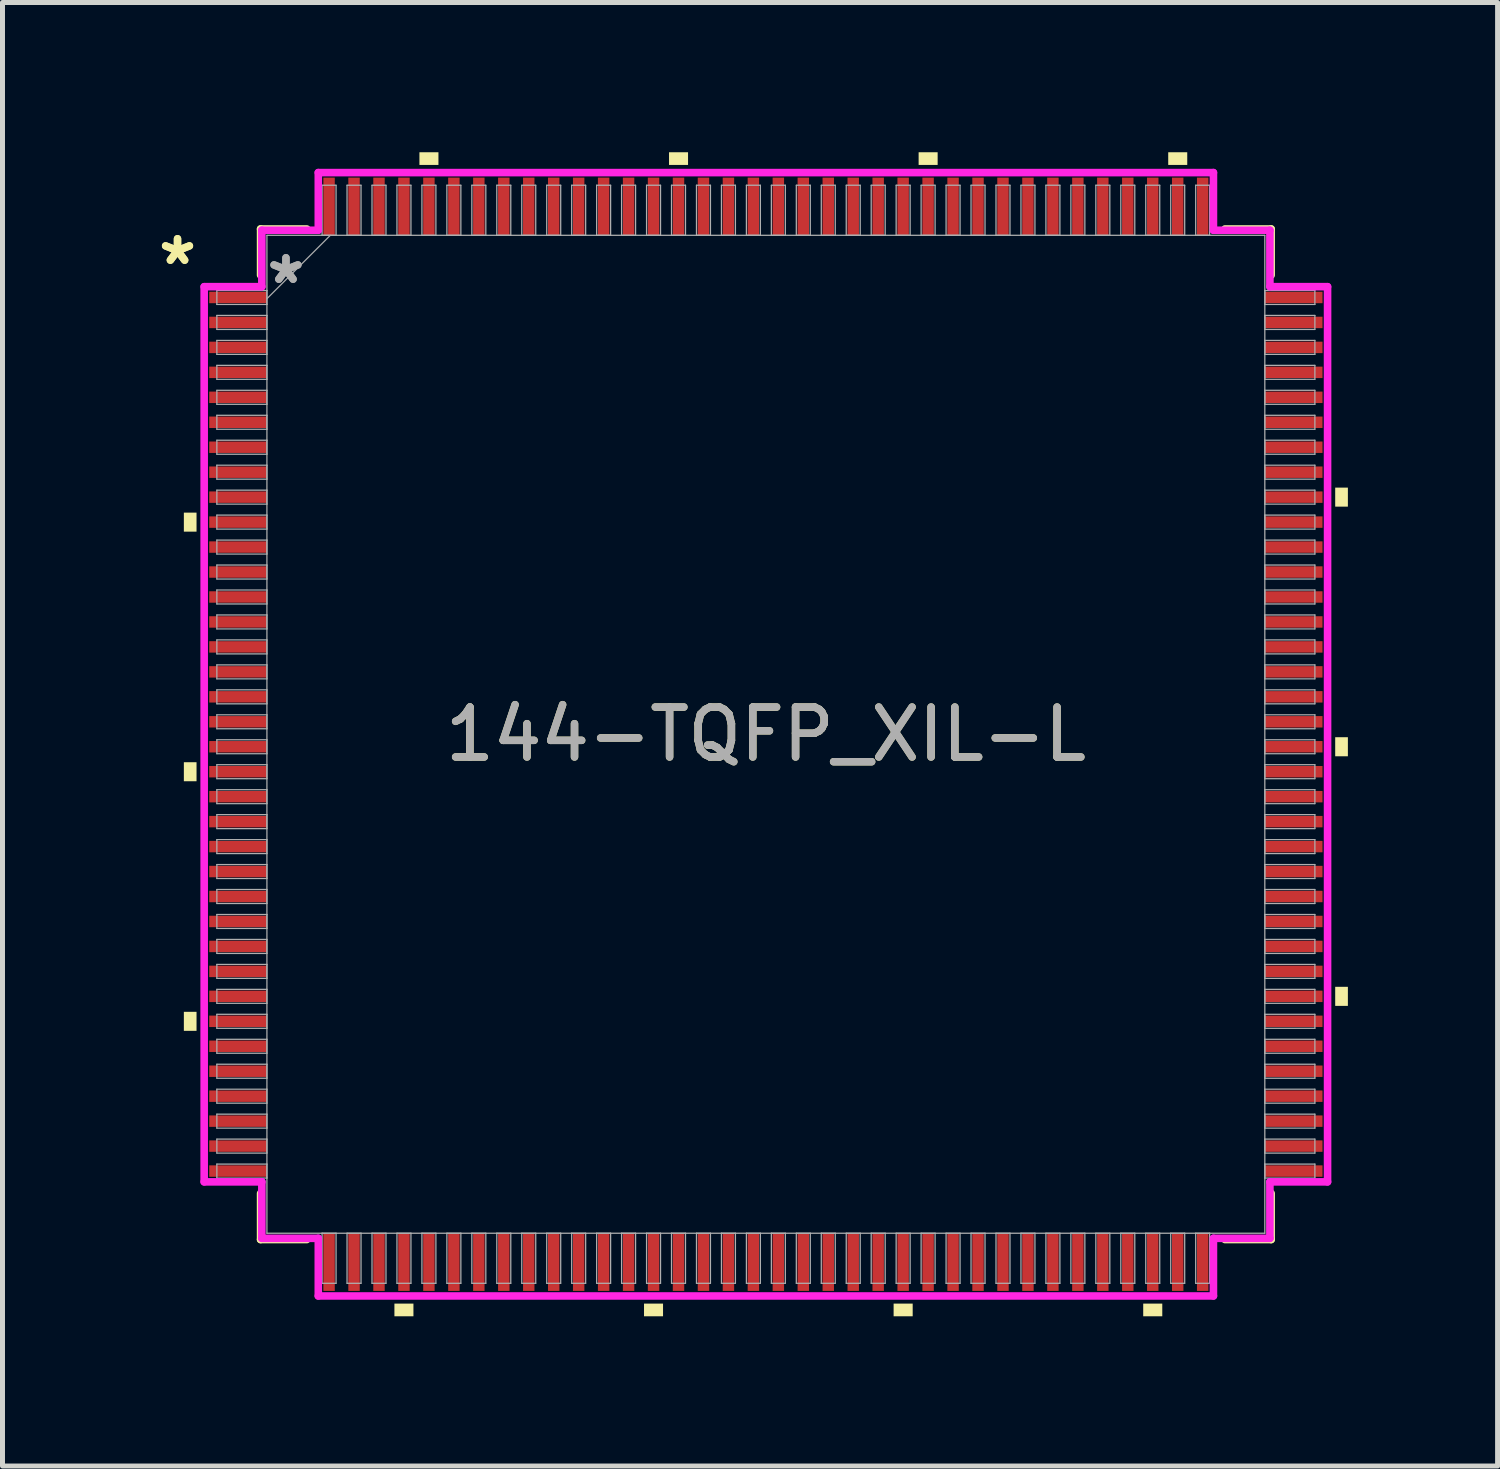
<source format=kicad_pcb>
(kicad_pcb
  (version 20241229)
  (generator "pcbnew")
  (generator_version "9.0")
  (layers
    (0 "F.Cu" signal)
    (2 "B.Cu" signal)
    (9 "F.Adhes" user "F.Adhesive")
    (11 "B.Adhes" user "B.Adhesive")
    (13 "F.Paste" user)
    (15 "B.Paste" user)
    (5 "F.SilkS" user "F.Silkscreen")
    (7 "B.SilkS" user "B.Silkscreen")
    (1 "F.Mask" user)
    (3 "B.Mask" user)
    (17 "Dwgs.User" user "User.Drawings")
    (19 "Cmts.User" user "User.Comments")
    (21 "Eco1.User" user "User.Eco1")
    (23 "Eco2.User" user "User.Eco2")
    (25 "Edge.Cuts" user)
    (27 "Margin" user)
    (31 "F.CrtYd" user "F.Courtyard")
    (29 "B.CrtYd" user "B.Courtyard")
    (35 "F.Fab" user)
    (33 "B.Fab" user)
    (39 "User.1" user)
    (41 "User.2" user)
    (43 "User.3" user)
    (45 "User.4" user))
  (footprint "144-TQFP_XIL-L"
    (layer "F.Cu")
    (at 12.292 11.659)
    (property "Reference" "144-TQFP_XIL-L" (at 0 0 0) (unlocked yes) (layer "F.SilkS") (effects (font (size 1 1) (thickness 0.15))))
    (attr smd)
    (fp_line (start -10.122 -10.122) (end -10.122 -9.197) (stroke (width 0.152) (type solid)) (layer "F.SilkS"))
    (fp_line (start -10.122 9.197) (end -10.122 10.122) (stroke (width 0.152) (type solid)) (layer "F.SilkS"))
    (fp_line (start -10.122 10.122) (end -9.197 10.122) (stroke (width 0.152) (type solid)) (layer "F.SilkS"))
    (fp_line (start -9.197 -10.122) (end -10.122 -10.122) (stroke (width 0.152) (type solid)) (layer "F.SilkS"))
    (fp_line (start 9.197 10.122) (end 10.122 10.122) (stroke (width 0.152) (type solid)) (layer "F.SilkS"))
    (fp_line (start 10.122 -10.122) (end 9.197 -10.122) (stroke (width 0.152) (type solid)) (layer "F.SilkS"))
    (fp_line (start 10.122 -9.197) (end 10.122 -10.122) (stroke (width 0.152) (type solid)) (layer "F.SilkS"))
    (fp_line (start 10.122 10.122) (end 10.122 9.197) (stroke (width 0.152) (type solid)) (layer "F.SilkS"))
    (fp_poly (pts (xy -11.659 -4.44) (xy -11.659 -4.059) (xy -11.405 -4.059) (xy -11.405 -4.44)) (stroke (width 0) (type solid)) (fill yes) (layer "F.SilkS"))
    (fp_poly (pts (xy -11.659 0.56) (xy -11.659 0.941) (xy -11.405 0.941) (xy -11.405 0.56)) (stroke (width 0) (type solid)) (fill yes) (layer "F.SilkS"))
    (fp_poly (pts (xy -11.659 5.56) (xy -11.659 5.941) (xy -11.405 5.941) (xy -11.405 5.56)) (stroke (width 0) (type solid)) (fill yes) (layer "F.SilkS"))
    (fp_poly (pts (xy -7.441 11.405) (xy -7.441 11.659) (xy -7.06 11.659) (xy -7.06 11.405)) (stroke (width 0) (type solid)) (fill yes) (layer "F.SilkS"))
    (fp_poly (pts (xy -6.94 -11.405) (xy -6.94 -11.659) (xy -6.559 -11.659) (xy -6.559 -11.405)) (stroke (width 0) (type solid)) (fill yes) (layer "F.SilkS"))
    (fp_poly (pts (xy -2.441 11.405) (xy -2.441 11.659) (xy -2.06 11.659) (xy -2.06 11.405)) (stroke (width 0) (type solid)) (fill yes) (layer "F.SilkS"))
    (fp_poly (pts (xy -1.94 -11.405) (xy -1.94 -11.659) (xy -1.559 -11.659) (xy -1.559 -11.405)) (stroke (width 0) (type solid)) (fill yes) (layer "F.SilkS"))
    (fp_poly (pts (xy 2.559 11.405) (xy 2.559 11.659) (xy 2.941 11.659) (xy 2.941 11.405)) (stroke (width 0) (type solid)) (fill yes) (layer "F.SilkS"))
    (fp_poly (pts (xy 3.06 -11.405) (xy 3.06 -11.659) (xy 3.441 -11.659) (xy 3.441 -11.405)) (stroke (width 0) (type solid)) (fill yes) (layer "F.SilkS"))
    (fp_poly (pts (xy 7.559 11.405) (xy 7.559 11.659) (xy 7.941 11.659) (xy 7.941 11.405)) (stroke (width 0) (type solid)) (fill yes) (layer "F.SilkS"))
    (fp_poly (pts (xy 8.06 -11.405) (xy 8.06 -11.659) (xy 8.441 -11.659) (xy 8.441 -11.405)) (stroke (width 0) (type solid)) (fill yes) (layer "F.SilkS"))
    (fp_poly (pts (xy 11.659 -4.941) (xy 11.659 -4.56) (xy 11.405 -4.56) (xy 11.405 -4.941)) (stroke (width 0) (type solid)) (fill yes) (layer "F.SilkS"))
    (fp_poly (pts (xy 11.659 0.059) (xy 11.659 0.441) (xy 11.405 0.441) (xy 11.405 0.059)) (stroke (width 0) (type solid)) (fill yes) (layer "F.SilkS"))
    (fp_poly (pts (xy 11.659 5.059) (xy 11.659 5.441) (xy 11.405 5.441) (xy 11.405 5.059)) (stroke (width 0) (type solid)) (fill yes) (layer "F.SilkS"))
    (fp_line (start -11.252 -8.966) (end -10.097 -8.966) (stroke (width 0.152) (type solid)) (layer "F.CrtYd"))
    (fp_line (start -11.252 8.966) (end -11.252 -8.966) (stroke (width 0.152) (type solid)) (layer "F.CrtYd"))
    (fp_line (start -10.097 -10.097) (end -8.966 -10.097) (stroke (width 0.152) (type solid)) (layer "F.CrtYd"))
    (fp_line (start -10.097 -8.966) (end -10.097 -10.097) (stroke (width 0.152) (type solid)) (layer "F.CrtYd"))
    (fp_line (start -10.097 8.966) (end -11.252 8.966) (stroke (width 0.152) (type solid)) (layer "F.CrtYd"))
    (fp_line (start -10.097 10.097) (end -10.097 8.966) (stroke (width 0.152) (type solid)) (layer "F.CrtYd"))
    (fp_line (start -10.097 10.097) (end -8.966 10.097) (stroke (width 0.152) (type solid)) (layer "F.CrtYd"))
    (fp_line (start -8.966 -11.252) (end 8.966 -11.252) (stroke (width 0.152) (type solid)) (layer "F.CrtYd"))
    (fp_line (start -8.966 -10.097) (end -8.966 -11.252) (stroke (width 0.152) (type solid)) (layer "F.CrtYd"))
    (fp_line (start -8.966 10.097) (end -8.966 11.252) (stroke (width 0.152) (type solid)) (layer "F.CrtYd"))
    (fp_line (start -8.966 11.252) (end 8.966 11.252) (stroke (width 0.152) (type solid)) (layer "F.CrtYd"))
    (fp_line (start 8.966 -11.252) (end 8.966 -10.097) (stroke (width 0.152) (type solid)) (layer "F.CrtYd"))
    (fp_line (start 8.966 -10.097) (end 10.097 -10.097) (stroke (width 0.152) (type solid)) (layer "F.CrtYd"))
    (fp_line (start 8.966 10.097) (end 10.097 10.097) (stroke (width 0.152) (type solid)) (layer "F.CrtYd"))
    (fp_line (start 8.966 11.252) (end 8.966 10.097) (stroke (width 0.152) (type solid)) (layer "F.CrtYd"))
    (fp_line (start 10.097 -8.966) (end 10.097 -10.097) (stroke (width 0.152) (type solid)) (layer "F.CrtYd"))
    (fp_line (start 10.097 8.966) (end 11.252 8.966) (stroke (width 0.152) (type solid)) (layer "F.CrtYd"))
    (fp_line (start 10.097 10.097) (end 10.097 8.966) (stroke (width 0.152) (type solid)) (layer "F.CrtYd"))
    (fp_line (start 11.252 -8.966) (end 10.097 -8.966) (stroke (width 0.152) (type solid)) (layer "F.CrtYd"))
    (fp_line (start 11.252 8.966) (end 11.252 -8.966) (stroke (width 0.152) (type solid)) (layer "F.CrtYd"))
    (fp_line (start -10.998 -8.89) (end -10.998 -8.61) (stroke (width 0.025) (type solid)) (layer "F.Fab"))
    (fp_line (start -10.998 -8.61) (end -9.995 -8.61) (stroke (width 0.025) (type solid)) (layer "F.Fab"))
    (fp_line (start -10.998 -8.39) (end -10.998 -8.11) (stroke (width 0.025) (type solid)) (layer "F.Fab"))
    (fp_line (start -10.998 -8.11) (end -9.995 -8.11) (stroke (width 0.025) (type solid)) (layer "F.Fab"))
    (fp_line (start -10.998 -7.89) (end -10.998 -7.61) (stroke (width 0.025) (type solid)) (layer "F.Fab"))
    (fp_line (start -10.998 -7.61) (end -9.995 -7.61) (stroke (width 0.025) (type solid)) (layer "F.Fab"))
    (fp_line (start -10.998 -7.39) (end -10.998 -7.11) (stroke (width 0.025) (type solid)) (layer "F.Fab"))
    (fp_line (start -10.998 -7.11) (end -9.995 -7.11) (stroke (width 0.025) (type solid)) (layer "F.Fab"))
    (fp_line (start -10.998 -6.89) (end -10.998 -6.61) (stroke (width 0.025) (type solid)) (layer "F.Fab"))
    (fp_line (start -10.998 -6.61) (end -9.995 -6.61) (stroke (width 0.025) (type solid)) (layer "F.Fab"))
    (fp_line (start -10.998 -6.39) (end -10.998 -6.11) (stroke (width 0.025) (type solid)) (layer "F.Fab"))
    (fp_line (start -10.998 -6.11) (end -9.995 -6.11) (stroke (width 0.025) (type solid)) (layer "F.Fab"))
    (fp_line (start -10.998 -5.89) (end -10.998 -5.61) (stroke (width 0.025) (type solid)) (layer "F.Fab"))
    (fp_line (start -10.998 -5.61) (end -9.995 -5.61) (stroke (width 0.025) (type solid)) (layer "F.Fab"))
    (fp_line (start -10.998 -5.39) (end -10.998 -5.11) (stroke (width 0.025) (type solid)) (layer "F.Fab"))
    (fp_line (start -10.998 -5.11) (end -9.995 -5.11) (stroke (width 0.025) (type solid)) (layer "F.Fab"))
    (fp_line (start -10.998 -4.89) (end -10.998 -4.61) (stroke (width 0.025) (type solid)) (layer "F.Fab"))
    (fp_line (start -10.998 -4.61) (end -9.995 -4.61) (stroke (width 0.025) (type solid)) (layer "F.Fab"))
    (fp_line (start -10.998 -4.39) (end -10.998 -4.11) (stroke (width 0.025) (type solid)) (layer "F.Fab"))
    (fp_line (start -10.998 -4.11) (end -9.995 -4.11) (stroke (width 0.025) (type solid)) (layer "F.Fab"))
    (fp_line (start -10.998 -3.89) (end -10.998 -3.61) (stroke (width 0.025) (type solid)) (layer "F.Fab"))
    (fp_line (start -10.998 -3.61) (end -9.995 -3.61) (stroke (width 0.025) (type solid)) (layer "F.Fab"))
    (fp_line (start -10.998 -3.39) (end -10.998 -3.11) (stroke (width 0.025) (type solid)) (layer "F.Fab"))
    (fp_line (start -10.998 -3.11) (end -9.995 -3.11) (stroke (width 0.025) (type solid)) (layer "F.Fab"))
    (fp_line (start -10.998 -2.89) (end -10.998 -2.61) (stroke (width 0.025) (type solid)) (layer "F.Fab"))
    (fp_line (start -10.998 -2.61) (end -9.995 -2.61) (stroke (width 0.025) (type solid)) (layer "F.Fab"))
    (fp_line (start -10.998 -2.39) (end -10.998 -2.11) (stroke (width 0.025) (type solid)) (layer "F.Fab"))
    (fp_line (start -10.998 -2.11) (end -9.995 -2.11) (stroke (width 0.025) (type solid)) (layer "F.Fab"))
    (fp_line (start -10.998 -1.89) (end -10.998 -1.61) (stroke (width 0.025) (type solid)) (layer "F.Fab"))
    (fp_line (start -10.998 -1.61) (end -9.995 -1.61) (stroke (width 0.025) (type solid)) (layer "F.Fab"))
    (fp_line (start -10.998 -1.39) (end -10.998 -1.11) (stroke (width 0.025) (type solid)) (layer "F.Fab"))
    (fp_line (start -10.998 -1.11) (end -9.995 -1.11) (stroke (width 0.025) (type solid)) (layer "F.Fab"))
    (fp_line (start -10.998 -0.89) (end -10.998 -0.61) (stroke (width 0.025) (type solid)) (layer "F.Fab"))
    (fp_line (start -10.998 -0.61) (end -9.995 -0.61) (stroke (width 0.025) (type solid)) (layer "F.Fab"))
    (fp_line (start -10.998 -0.39) (end -10.998 -0.11) (stroke (width 0.025) (type solid)) (layer "F.Fab"))
    (fp_line (start -10.998 -0.11) (end -9.995 -0.11) (stroke (width 0.025) (type solid)) (layer "F.Fab"))
    (fp_line (start -10.998 0.11) (end -10.998 0.39) (stroke (width 0.025) (type solid)) (layer "F.Fab"))
    (fp_line (start -10.998 0.39) (end -9.995 0.39) (stroke (width 0.025) (type solid)) (layer "F.Fab"))
    (fp_line (start -10.998 0.61) (end -10.998 0.89) (stroke (width 0.025) (type solid)) (layer "F.Fab"))
    (fp_line (start -10.998 0.89) (end -9.995 0.89) (stroke (width 0.025) (type solid)) (layer "F.Fab"))
    (fp_line (start -10.998 1.11) (end -10.998 1.39) (stroke (width 0.025) (type solid)) (layer "F.Fab"))
    (fp_line (start -10.998 1.39) (end -9.995 1.39) (stroke (width 0.025) (type solid)) (layer "F.Fab"))
    (fp_line (start -10.998 1.61) (end -10.998 1.89) (stroke (width 0.025) (type solid)) (layer "F.Fab"))
    (fp_line (start -10.998 1.89) (end -9.995 1.89) (stroke (width 0.025) (type solid)) (layer "F.Fab"))
    (fp_line (start -10.998 2.11) (end -10.998 2.39) (stroke (width 0.025) (type solid)) (layer "F.Fab"))
    (fp_line (start -10.998 2.39) (end -9.995 2.39) (stroke (width 0.025) (type solid)) (layer "F.Fab"))
    (fp_line (start -10.998 2.61) (end -10.998 2.89) (stroke (width 0.025) (type solid)) (layer "F.Fab"))
    (fp_line (start -10.998 2.89) (end -9.995 2.89) (stroke (width 0.025) (type solid)) (layer "F.Fab"))
    (fp_line (start -10.998 3.11) (end -10.998 3.39) (stroke (width 0.025) (type solid)) (layer "F.Fab"))
    (fp_line (start -10.998 3.39) (end -9.995 3.39) (stroke (width 0.025) (type solid)) (layer "F.Fab"))
    (fp_line (start -10.998 3.61) (end -10.998 3.89) (stroke (width 0.025) (type solid)) (layer "F.Fab"))
    (fp_line (start -10.998 3.89) (end -9.995 3.89) (stroke (width 0.025) (type solid)) (layer "F.Fab"))
    (fp_line (start -10.998 4.11) (end -10.998 4.39) (stroke (width 0.025) (type solid)) (layer "F.Fab"))
    (fp_line (start -10.998 4.39) (end -9.995 4.39) (stroke (width 0.025) (type solid)) (layer "F.Fab"))
    (fp_line (start -10.998 4.61) (end -10.998 4.89) (stroke (width 0.025) (type solid)) (layer "F.Fab"))
    (fp_line (start -10.998 4.89) (end -9.995 4.89) (stroke (width 0.025) (type solid)) (layer "F.Fab"))
    (fp_line (start -10.998 5.11) (end -10.998 5.39) (stroke (width 0.025) (type solid)) (layer "F.Fab"))
    (fp_line (start -10.998 5.39) (end -9.995 5.39) (stroke (width 0.025) (type solid)) (layer "F.Fab"))
    (fp_line (start -10.998 5.61) (end -10.998 5.89) (stroke (width 0.025) (type solid)) (layer "F.Fab"))
    (fp_line (start -10.998 5.89) (end -9.995 5.89) (stroke (width 0.025) (type solid)) (layer "F.Fab"))
    (fp_line (start -10.998 6.11) (end -10.998 6.39) (stroke (width 0.025) (type solid)) (layer "F.Fab"))
    (fp_line (start -10.998 6.39) (end -9.995 6.39) (stroke (width 0.025) (type solid)) (layer "F.Fab"))
    (fp_line (start -10.998 6.61) (end -10.998 6.89) (stroke (width 0.025) (type solid)) (layer "F.Fab"))
    (fp_line (start -10.998 6.89) (end -9.995 6.89) (stroke (width 0.025) (type solid)) (layer "F.Fab"))
    (fp_line (start -10.998 7.11) (end -10.998 7.39) (stroke (width 0.025) (type solid)) (layer "F.Fab"))
    (fp_line (start -10.998 7.39) (end -9.995 7.39) (stroke (width 0.025) (type solid)) (layer "F.Fab"))
    (fp_line (start -10.998 7.61) (end -10.998 7.89) (stroke (width 0.025) (type solid)) (layer "F.Fab"))
    (fp_line (start -10.998 7.89) (end -9.995 7.89) (stroke (width 0.025) (type solid)) (layer "F.Fab"))
    (fp_line (start -10.998 8.11) (end -10.998 8.39) (stroke (width 0.025) (type solid)) (layer "F.Fab"))
    (fp_line (start -10.998 8.39) (end -9.995 8.39) (stroke (width 0.025) (type solid)) (layer "F.Fab"))
    (fp_line (start -10.998 8.61) (end -10.998 8.89) (stroke (width 0.025) (type solid)) (layer "F.Fab"))
    (fp_line (start -10.998 8.89) (end -9.995 8.89) (stroke (width 0.025) (type solid)) (layer "F.Fab"))
    (fp_line (start -9.995 -9.995) (end -9.995 9.995) (stroke (width 0.025) (type solid)) (layer "F.Fab"))
    (fp_line (start -9.995 -8.89) (end -10.998 -8.89) (stroke (width 0.025) (type solid)) (layer "F.Fab"))
    (fp_line (start -9.995 -8.725) (end -8.725 -9.995) (stroke (width 0.025) (type solid)) (layer "F.Fab"))
    (fp_line (start -9.995 -8.61) (end -9.995 -8.89) (stroke (width 0.025) (type solid)) (layer "F.Fab"))
    (fp_line (start -9.995 -8.39) (end -10.998 -8.39) (stroke (width 0.025) (type solid)) (layer "F.Fab"))
    (fp_line (start -9.995 -8.11) (end -9.995 -8.39) (stroke (width 0.025) (type solid)) (layer "F.Fab"))
    (fp_line (start -9.995 -7.89) (end -10.998 -7.89) (stroke (width 0.025) (type solid)) (layer "F.Fab"))
    (fp_line (start -9.995 -7.61) (end -9.995 -7.89) (stroke (width 0.025) (type solid)) (layer "F.Fab"))
    (fp_line (start -9.995 -7.39) (end -10.998 -7.39) (stroke (width 0.025) (type solid)) (layer "F.Fab"))
    (fp_line (start -9.995 -7.11) (end -9.995 -7.39) (stroke (width 0.025) (type solid)) (layer "F.Fab"))
    (fp_line (start -9.995 -6.89) (end -10.998 -6.89) (stroke (width 0.025) (type solid)) (layer "F.Fab"))
    (fp_line (start -9.995 -6.61) (end -9.995 -6.89) (stroke (width 0.025) (type solid)) (layer "F.Fab"))
    (fp_line (start -9.995 -6.39) (end -10.998 -6.39) (stroke (width 0.025) (type solid)) (layer "F.Fab"))
    (fp_line (start -9.995 -6.11) (end -9.995 -6.39) (stroke (width 0.025) (type solid)) (layer "F.Fab"))
    (fp_line (start -9.995 -5.89) (end -10.998 -5.89) (stroke (width 0.025) (type solid)) (layer "F.Fab"))
    (fp_line (start -9.995 -5.61) (end -9.995 -5.89) (stroke (width 0.025) (type solid)) (layer "F.Fab"))
    (fp_line (start -9.995 -5.39) (end -10.998 -5.39) (stroke (width 0.025) (type solid)) (layer "F.Fab"))
    (fp_line (start -9.995 -5.11) (end -9.995 -5.39) (stroke (width 0.025) (type solid)) (layer "F.Fab"))
    (fp_line (start -9.995 -4.89) (end -10.998 -4.89) (stroke (width 0.025) (type solid)) (layer "F.Fab"))
    (fp_line (start -9.995 -4.61) (end -9.995 -4.89) (stroke (width 0.025) (type solid)) (layer "F.Fab"))
    (fp_line (start -9.995 -4.39) (end -10.998 -4.39) (stroke (width 0.025) (type solid)) (layer "F.Fab"))
    (fp_line (start -9.995 -4.11) (end -9.995 -4.39) (stroke (width 0.025) (type solid)) (layer "F.Fab"))
    (fp_line (start -9.995 -3.89) (end -10.998 -3.89) (stroke (width 0.025) (type solid)) (layer "F.Fab"))
    (fp_line (start -9.995 -3.61) (end -9.995 -3.89) (stroke (width 0.025) (type solid)) (layer "F.Fab"))
    (fp_line (start -9.995 -3.39) (end -10.998 -3.39) (stroke (width 0.025) (type solid)) (layer "F.Fab"))
    (fp_line (start -9.995 -3.11) (end -9.995 -3.39) (stroke (width 0.025) (type solid)) (layer "F.Fab"))
    (fp_line (start -9.995 -2.89) (end -10.998 -2.89) (stroke (width 0.025) (type solid)) (layer "F.Fab"))
    (fp_line (start -9.995 -2.61) (end -9.995 -2.89) (stroke (width 0.025) (type solid)) (layer "F.Fab"))
    (fp_line (start -9.995 -2.39) (end -10.998 -2.39) (stroke (width 0.025) (type solid)) (layer "F.Fab"))
    (fp_line (start -9.995 -2.11) (end -9.995 -2.39) (stroke (width 0.025) (type solid)) (layer "F.Fab"))
    (fp_line (start -9.995 -1.89) (end -10.998 -1.89) (stroke (width 0.025) (type solid)) (layer "F.Fab"))
    (fp_line (start -9.995 -1.61) (end -9.995 -1.89) (stroke (width 0.025) (type solid)) (layer "F.Fab"))
    (fp_line (start -9.995 -1.39) (end -10.998 -1.39) (stroke (width 0.025) (type solid)) (layer "F.Fab"))
    (fp_line (start -9.995 -1.11) (end -9.995 -1.39) (stroke (width 0.025) (type solid)) (layer "F.Fab"))
    (fp_line (start -9.995 -0.89) (end -10.998 -0.89) (stroke (width 0.025) (type solid)) (layer "F.Fab"))
    (fp_line (start -9.995 -0.61) (end -9.995 -0.89) (stroke (width 0.025) (type solid)) (layer "F.Fab"))
    (fp_line (start -9.995 -0.39) (end -10.998 -0.39) (stroke (width 0.025) (type solid)) (layer "F.Fab"))
    (fp_line (start -9.995 -0.11) (end -9.995 -0.39) (stroke (width 0.025) (type solid)) (layer "F.Fab"))
    (fp_line (start -9.995 0.11) (end -10.998 0.11) (stroke (width 0.025) (type solid)) (layer "F.Fab"))
    (fp_line (start -9.995 0.39) (end -9.995 0.11) (stroke (width 0.025) (type solid)) (layer "F.Fab"))
    (fp_line (start -9.995 0.61) (end -10.998 0.61) (stroke (width 0.025) (type solid)) (layer "F.Fab"))
    (fp_line (start -9.995 0.89) (end -9.995 0.61) (stroke (width 0.025) (type solid)) (layer "F.Fab"))
    (fp_line (start -9.995 1.11) (end -10.998 1.11) (stroke (width 0.025) (type solid)) (layer "F.Fab"))
    (fp_line (start -9.995 1.39) (end -9.995 1.11) (stroke (width 0.025) (type solid)) (layer "F.Fab"))
    (fp_line (start -9.995 1.61) (end -10.998 1.61) (stroke (width 0.025) (type solid)) (layer "F.Fab"))
    (fp_line (start -9.995 1.89) (end -9.995 1.61) (stroke (width 0.025) (type solid)) (layer "F.Fab"))
    (fp_line (start -9.995 2.11) (end -10.998 2.11) (stroke (width 0.025) (type solid)) (layer "F.Fab"))
    (fp_line (start -9.995 2.39) (end -9.995 2.11) (stroke (width 0.025) (type solid)) (layer "F.Fab"))
    (fp_line (start -9.995 2.61) (end -10.998 2.61) (stroke (width 0.025) (type solid)) (layer "F.Fab"))
    (fp_line (start -9.995 2.89) (end -9.995 2.61) (stroke (width 0.025) (type solid)) (layer "F.Fab"))
    (fp_line (start -9.995 3.11) (end -10.998 3.11) (stroke (width 0.025) (type solid)) (layer "F.Fab"))
    (fp_line (start -9.995 3.39) (end -9.995 3.11) (stroke (width 0.025) (type solid)) (layer "F.Fab"))
    (fp_line (start -9.995 3.61) (end -10.998 3.61) (stroke (width 0.025) (type solid)) (layer "F.Fab"))
    (fp_line (start -9.995 3.89) (end -9.995 3.61) (stroke (width 0.025) (type solid)) (layer "F.Fab"))
    (fp_line (start -9.995 4.11) (end -10.998 4.11) (stroke (width 0.025) (type solid)) (layer "F.Fab"))
    (fp_line (start -9.995 4.39) (end -9.995 4.11) (stroke (width 0.025) (type solid)) (layer "F.Fab"))
    (fp_line (start -9.995 4.61) (end -10.998 4.61) (stroke (width 0.025) (type solid)) (layer "F.Fab"))
    (fp_line (start -9.995 4.89) (end -9.995 4.61) (stroke (width 0.025) (type solid)) (layer "F.Fab"))
    (fp_line (start -9.995 5.11) (end -10.998 5.11) (stroke (width 0.025) (type solid)) (layer "F.Fab"))
    (fp_line (start -9.995 5.39) (end -9.995 5.11) (stroke (width 0.025) (type solid)) (layer "F.Fab"))
    (fp_line (start -9.995 5.61) (end -10.998 5.61) (stroke (width 0.025) (type solid)) (layer "F.Fab"))
    (fp_line (start -9.995 5.89) (end -9.995 5.61) (stroke (width 0.025) (type solid)) (layer "F.Fab"))
    (fp_line (start -9.995 6.11) (end -10.998 6.11) (stroke (width 0.025) (type solid)) (layer "F.Fab"))
    (fp_line (start -9.995 6.39) (end -9.995 6.11) (stroke (width 0.025) (type solid)) (layer "F.Fab"))
    (fp_line (start -9.995 6.61) (end -10.998 6.61) (stroke (width 0.025) (type solid)) (layer "F.Fab"))
    (fp_line (start -9.995 6.89) (end -9.995 6.61) (stroke (width 0.025) (type solid)) (layer "F.Fab"))
    (fp_line (start -9.995 7.11) (end -10.998 7.11) (stroke (width 0.025) (type solid)) (layer "F.Fab"))
    (fp_line (start -9.995 7.39) (end -9.995 7.11) (stroke (width 0.025) (type solid)) (layer "F.Fab"))
    (fp_line (start -9.995 7.61) (end -10.998 7.61) (stroke (width 0.025) (type solid)) (layer "F.Fab"))
    (fp_line (start -9.995 7.89) (end -9.995 7.61) (stroke (width 0.025) (type solid)) (layer "F.Fab"))
    (fp_line (start -9.995 8.11) (end -10.998 8.11) (stroke (width 0.025) (type solid)) (layer "F.Fab"))
    (fp_line (start -9.995 8.39) (end -9.995 8.11) (stroke (width 0.025) (type solid)) (layer "F.Fab"))
    (fp_line (start -9.995 8.61) (end -10.998 8.61) (stroke (width 0.025) (type solid)) (layer "F.Fab"))
    (fp_line (start -9.995 8.89) (end -9.995 8.61) (stroke (width 0.025) (type solid)) (layer "F.Fab"))
    (fp_line (start -9.995 9.995) (end 9.995 9.995) (stroke (width 0.025) (type solid)) (layer "F.Fab"))
    (fp_line (start -8.89 -10.998) (end -8.89 -9.995) (stroke (width 0.025) (type solid)) (layer "F.Fab"))
    (fp_line (start -8.89 -9.995) (end -8.61 -9.995) (stroke (width 0.025) (type solid)) (layer "F.Fab"))
    (fp_line (start -8.89 9.995) (end -8.89 10.998) (stroke (width 0.025) (type solid)) (layer "F.Fab"))
    (fp_line (start -8.89 10.998) (end -8.61 10.998) (stroke (width 0.025) (type solid)) (layer "F.Fab"))
    (fp_line (start -8.61 -10.998) (end -8.89 -10.998) (stroke (width 0.025) (type solid)) (layer "F.Fab"))
    (fp_line (start -8.61 -9.995) (end -8.61 -10.998) (stroke (width 0.025) (type solid)) (layer "F.Fab"))
    (fp_line (start -8.61 9.995) (end -8.89 9.995) (stroke (width 0.025) (type solid)) (layer "F.Fab"))
    (fp_line (start -8.61 10.998) (end -8.61 9.995) (stroke (width 0.025) (type solid)) (layer "F.Fab"))
    (fp_line (start -8.39 -10.998) (end -8.39 -9.995) (stroke (width 0.025) (type solid)) (layer "F.Fab"))
    (fp_line (start -8.39 -9.995) (end -8.11 -9.995) (stroke (width 0.025) (type solid)) (layer "F.Fab"))
    (fp_line (start -8.39 9.995) (end -8.39 10.998) (stroke (width 0.025) (type solid)) (layer "F.Fab"))
    (fp_line (start -8.39 10.998) (end -8.11 10.998) (stroke (width 0.025) (type solid)) (layer "F.Fab"))
    (fp_line (start -8.11 -10.998) (end -8.39 -10.998) (stroke (width 0.025) (type solid)) (layer "F.Fab"))
    (fp_line (start -8.11 -9.995) (end -8.11 -10.998) (stroke (width 0.025) (type solid)) (layer "F.Fab"))
    (fp_line (start -8.11 9.995) (end -8.39 9.995) (stroke (width 0.025) (type solid)) (layer "F.Fab"))
    (fp_line (start -8.11 10.998) (end -8.11 9.995) (stroke (width 0.025) (type solid)) (layer "F.Fab"))
    (fp_line (start -7.89 -10.998) (end -7.89 -9.995) (stroke (width 0.025) (type solid)) (layer "F.Fab"))
    (fp_line (start -7.89 -9.995) (end -7.61 -9.995) (stroke (width 0.025) (type solid)) (layer "F.Fab"))
    (fp_line (start -7.89 9.995) (end -7.89 10.998) (stroke (width 0.025) (type solid)) (layer "F.Fab"))
    (fp_line (start -7.89 10.998) (end -7.61 10.998) (stroke (width 0.025) (type solid)) (layer "F.Fab"))
    (fp_line (start -7.61 -10.998) (end -7.89 -10.998) (stroke (width 0.025) (type solid)) (layer "F.Fab"))
    (fp_line (start -7.61 -9.995) (end -7.61 -10.998) (stroke (width 0.025) (type solid)) (layer "F.Fab"))
    (fp_line (start -7.61 9.995) (end -7.89 9.995) (stroke (width 0.025) (type solid)) (layer "F.Fab"))
    (fp_line (start -7.61 10.998) (end -7.61 9.995) (stroke (width 0.025) (type solid)) (layer "F.Fab"))
    (fp_line (start -7.39 -10.998) (end -7.39 -9.995) (stroke (width 0.025) (type solid)) (layer "F.Fab"))
    (fp_line (start -7.39 -9.995) (end -7.11 -9.995) (stroke (width 0.025) (type solid)) (layer "F.Fab"))
    (fp_line (start -7.39 9.995) (end -7.39 10.998) (stroke (width 0.025) (type solid)) (layer "F.Fab"))
    (fp_line (start -7.39 10.998) (end -7.11 10.998) (stroke (width 0.025) (type solid)) (layer "F.Fab"))
    (fp_line (start -7.11 -10.998) (end -7.39 -10.998) (stroke (width 0.025) (type solid)) (layer "F.Fab"))
    (fp_line (start -7.11 -9.995) (end -7.11 -10.998) (stroke (width 0.025) (type solid)) (layer "F.Fab"))
    (fp_line (start -7.11 9.995) (end -7.39 9.995) (stroke (width 0.025) (type solid)) (layer "F.Fab"))
    (fp_line (start -7.11 10.998) (end -7.11 9.995) (stroke (width 0.025) (type solid)) (layer "F.Fab"))
    (fp_line (start -6.89 -10.998) (end -6.89 -9.995) (stroke (width 0.025) (type solid)) (layer "F.Fab"))
    (fp_line (start -6.89 -9.995) (end -6.61 -9.995) (stroke (width 0.025) (type solid)) (layer "F.Fab"))
    (fp_line (start -6.89 9.995) (end -6.89 10.998) (stroke (width 0.025) (type solid)) (layer "F.Fab"))
    (fp_line (start -6.89 10.998) (end -6.61 10.998) (stroke (width 0.025) (type solid)) (layer "F.Fab"))
    (fp_line (start -6.61 -10.998) (end -6.89 -10.998) (stroke (width 0.025) (type solid)) (layer "F.Fab"))
    (fp_line (start -6.61 -9.995) (end -6.61 -10.998) (stroke (width 0.025) (type solid)) (layer "F.Fab"))
    (fp_line (start -6.61 9.995) (end -6.89 9.995) (stroke (width 0.025) (type solid)) (layer "F.Fab"))
    (fp_line (start -6.61 10.998) (end -6.61 9.995) (stroke (width 0.025) (type solid)) (layer "F.Fab"))
    (fp_line (start -6.39 -10.998) (end -6.39 -9.995) (stroke (width 0.025) (type solid)) (layer "F.Fab"))
    (fp_line (start -6.39 -9.995) (end -6.11 -9.995) (stroke (width 0.025) (type solid)) (layer "F.Fab"))
    (fp_line (start -6.39 9.995) (end -6.39 10.998) (stroke (width 0.025) (type solid)) (layer "F.Fab"))
    (fp_line (start -6.39 10.998) (end -6.11 10.998) (stroke (width 0.025) (type solid)) (layer "F.Fab"))
    (fp_line (start -6.11 -10.998) (end -6.39 -10.998) (stroke (width 0.025) (type solid)) (layer "F.Fab"))
    (fp_line (start -6.11 -9.995) (end -6.11 -10.998) (stroke (width 0.025) (type solid)) (layer "F.Fab"))
    (fp_line (start -6.11 9.995) (end -6.39 9.995) (stroke (width 0.025) (type solid)) (layer "F.Fab"))
    (fp_line (start -6.11 10.998) (end -6.11 9.995) (stroke (width 0.025) (type solid)) (layer "F.Fab"))
    (fp_line (start -5.89 -10.998) (end -5.89 -9.995) (stroke (width 0.025) (type solid)) (layer "F.Fab"))
    (fp_line (start -5.89 -9.995) (end -5.61 -9.995) (stroke (width 0.025) (type solid)) (layer "F.Fab"))
    (fp_line (start -5.89 9.995) (end -5.89 10.998) (stroke (width 0.025) (type solid)) (layer "F.Fab"))
    (fp_line (start -5.89 10.998) (end -5.61 10.998) (stroke (width 0.025) (type solid)) (layer "F.Fab"))
    (fp_line (start -5.61 -10.998) (end -5.89 -10.998) (stroke (width 0.025) (type solid)) (layer "F.Fab"))
    (fp_line (start -5.61 -9.995) (end -5.61 -10.998) (stroke (width 0.025) (type solid)) (layer "F.Fab"))
    (fp_line (start -5.61 9.995) (end -5.89 9.995) (stroke (width 0.025) (type solid)) (layer "F.Fab"))
    (fp_line (start -5.61 10.998) (end -5.61 9.995) (stroke (width 0.025) (type solid)) (layer "F.Fab"))
    (fp_line (start -5.39 -10.998) (end -5.39 -9.995) (stroke (width 0.025) (type solid)) (layer "F.Fab"))
    (fp_line (start -5.39 -9.995) (end -5.11 -9.995) (stroke (width 0.025) (type solid)) (layer "F.Fab"))
    (fp_line (start -5.39 9.995) (end -5.39 10.998) (stroke (width 0.025) (type solid)) (layer "F.Fab"))
    (fp_line (start -5.39 10.998) (end -5.11 10.998) (stroke (width 0.025) (type solid)) (layer "F.Fab"))
    (fp_line (start -5.11 -10.998) (end -5.39 -10.998) (stroke (width 0.025) (type solid)) (layer "F.Fab"))
    (fp_line (start -5.11 -9.995) (end -5.11 -10.998) (stroke (width 0.025) (type solid)) (layer "F.Fab"))
    (fp_line (start -5.11 9.995) (end -5.39 9.995) (stroke (width 0.025) (type solid)) (layer "F.Fab"))
    (fp_line (start -5.11 10.998) (end -5.11 9.995) (stroke (width 0.025) (type solid)) (layer "F.Fab"))
    (fp_line (start -4.89 -10.998) (end -4.89 -9.995) (stroke (width 0.025) (type solid)) (layer "F.Fab"))
    (fp_line (start -4.89 -9.995) (end -4.61 -9.995) (stroke (width 0.025) (type solid)) (layer "F.Fab"))
    (fp_line (start -4.89 9.995) (end -4.89 10.998) (stroke (width 0.025) (type solid)) (layer "F.Fab"))
    (fp_line (start -4.89 10.998) (end -4.61 10.998) (stroke (width 0.025) (type solid)) (layer "F.Fab"))
    (fp_line (start -4.61 -10.998) (end -4.89 -10.998) (stroke (width 0.025) (type solid)) (layer "F.Fab"))
    (fp_line (start -4.61 -9.995) (end -4.61 -10.998) (stroke (width 0.025) (type solid)) (layer "F.Fab"))
    (fp_line (start -4.61 9.995) (end -4.89 9.995) (stroke (width 0.025) (type solid)) (layer "F.Fab"))
    (fp_line (start -4.61 10.998) (end -4.61 9.995) (stroke (width 0.025) (type solid)) (layer "F.Fab"))
    (fp_line (start -4.39 -10.998) (end -4.39 -9.995) (stroke (width 0.025) (type solid)) (layer "F.Fab"))
    (fp_line (start -4.39 -9.995) (end -4.11 -9.995) (stroke (width 0.025) (type solid)) (layer "F.Fab"))
    (fp_line (start -4.39 9.995) (end -4.39 10.998) (stroke (width 0.025) (type solid)) (layer "F.Fab"))
    (fp_line (start -4.39 10.998) (end -4.11 10.998) (stroke (width 0.025) (type solid)) (layer "F.Fab"))
    (fp_line (start -4.11 -10.998) (end -4.39 -10.998) (stroke (width 0.025) (type solid)) (layer "F.Fab"))
    (fp_line (start -4.11 -9.995) (end -4.11 -10.998) (stroke (width 0.025) (type solid)) (layer "F.Fab"))
    (fp_line (start -4.11 9.995) (end -4.39 9.995) (stroke (width 0.025) (type solid)) (layer "F.Fab"))
    (fp_line (start -4.11 10.998) (end -4.11 9.995) (stroke (width 0.025) (type solid)) (layer "F.Fab"))
    (fp_line (start -3.89 -10.998) (end -3.89 -9.995) (stroke (width 0.025) (type solid)) (layer "F.Fab"))
    (fp_line (start -3.89 -9.995) (end -3.61 -9.995) (stroke (width 0.025) (type solid)) (layer "F.Fab"))
    (fp_line (start -3.89 9.995) (end -3.89 10.998) (stroke (width 0.025) (type solid)) (layer "F.Fab"))
    (fp_line (start -3.89 10.998) (end -3.61 10.998) (stroke (width 0.025) (type solid)) (layer "F.Fab"))
    (fp_line (start -3.61 -10.998) (end -3.89 -10.998) (stroke (width 0.025) (type solid)) (layer "F.Fab"))
    (fp_line (start -3.61 -9.995) (end -3.61 -10.998) (stroke (width 0.025) (type solid)) (layer "F.Fab"))
    (fp_line (start -3.61 9.995) (end -3.89 9.995) (stroke (width 0.025) (type solid)) (layer "F.Fab"))
    (fp_line (start -3.61 10.998) (end -3.61 9.995) (stroke (width 0.025) (type solid)) (layer "F.Fab"))
    (fp_line (start -3.39 -10.998) (end -3.39 -9.995) (stroke (width 0.025) (type solid)) (layer "F.Fab"))
    (fp_line (start -3.39 -9.995) (end -3.11 -9.995) (stroke (width 0.025) (type solid)) (layer "F.Fab"))
    (fp_line (start -3.39 9.995) (end -3.39 10.998) (stroke (width 0.025) (type solid)) (layer "F.Fab"))
    (fp_line (start -3.39 10.998) (end -3.11 10.998) (stroke (width 0.025) (type solid)) (layer "F.Fab"))
    (fp_line (start -3.11 -10.998) (end -3.39 -10.998) (stroke (width 0.025) (type solid)) (layer "F.Fab"))
    (fp_line (start -3.11 -9.995) (end -3.11 -10.998) (stroke (width 0.025) (type solid)) (layer "F.Fab"))
    (fp_line (start -3.11 9.995) (end -3.39 9.995) (stroke (width 0.025) (type solid)) (layer "F.Fab"))
    (fp_line (start -3.11 10.998) (end -3.11 9.995) (stroke (width 0.025) (type solid)) (layer "F.Fab"))
    (fp_line (start -2.89 -10.998) (end -2.89 -9.995) (stroke (width 0.025) (type solid)) (layer "F.Fab"))
    (fp_line (start -2.89 -9.995) (end -2.61 -9.995) (stroke (width 0.025) (type solid)) (layer "F.Fab"))
    (fp_line (start -2.89 9.995) (end -2.89 10.998) (stroke (width 0.025) (type solid)) (layer "F.Fab"))
    (fp_line (start -2.89 10.998) (end -2.61 10.998) (stroke (width 0.025) (type solid)) (layer "F.Fab"))
    (fp_line (start -2.61 -10.998) (end -2.89 -10.998) (stroke (width 0.025) (type solid)) (layer "F.Fab"))
    (fp_line (start -2.61 -9.995) (end -2.61 -10.998) (stroke (width 0.025) (type solid)) (layer "F.Fab"))
    (fp_line (start -2.61 9.995) (end -2.89 9.995) (stroke (width 0.025) (type solid)) (layer "F.Fab"))
    (fp_line (start -2.61 10.998) (end -2.61 9.995) (stroke (width 0.025) (type solid)) (layer "F.Fab"))
    (fp_line (start -2.39 -10.998) (end -2.39 -9.995) (stroke (width 0.025) (type solid)) (layer "F.Fab"))
    (fp_line (start -2.39 -9.995) (end -2.11 -9.995) (stroke (width 0.025) (type solid)) (layer "F.Fab"))
    (fp_line (start -2.39 9.995) (end -2.39 10.998) (stroke (width 0.025) (type solid)) (layer "F.Fab"))
    (fp_line (start -2.39 10.998) (end -2.11 10.998) (stroke (width 0.025) (type solid)) (layer "F.Fab"))
    (fp_line (start -2.11 -10.998) (end -2.39 -10.998) (stroke (width 0.025) (type solid)) (layer "F.Fab"))
    (fp_line (start -2.11 -9.995) (end -2.11 -10.998) (stroke (width 0.025) (type solid)) (layer "F.Fab"))
    (fp_line (start -2.11 9.995) (end -2.39 9.995) (stroke (width 0.025) (type solid)) (layer "F.Fab"))
    (fp_line (start -2.11 10.998) (end -2.11 9.995) (stroke (width 0.025) (type solid)) (layer "F.Fab"))
    (fp_line (start -1.89 -10.998) (end -1.89 -9.995) (stroke (width 0.025) (type solid)) (layer "F.Fab"))
    (fp_line (start -1.89 -9.995) (end -1.61 -9.995) (stroke (width 0.025) (type solid)) (layer "F.Fab"))
    (fp_line (start -1.89 9.995) (end -1.89 10.998) (stroke (width 0.025) (type solid)) (layer "F.Fab"))
    (fp_line (start -1.89 10.998) (end -1.61 10.998) (stroke (width 0.025) (type solid)) (layer "F.Fab"))
    (fp_line (start -1.61 -10.998) (end -1.89 -10.998) (stroke (width 0.025) (type solid)) (layer "F.Fab"))
    (fp_line (start -1.61 -9.995) (end -1.61 -10.998) (stroke (width 0.025) (type solid)) (layer "F.Fab"))
    (fp_line (start -1.61 9.995) (end -1.89 9.995) (stroke (width 0.025) (type solid)) (layer "F.Fab"))
    (fp_line (start -1.61 10.998) (end -1.61 9.995) (stroke (width 0.025) (type solid)) (layer "F.Fab"))
    (fp_line (start -1.39 -10.998) (end -1.39 -9.995) (stroke (width 0.025) (type solid)) (layer "F.Fab"))
    (fp_line (start -1.39 -9.995) (end -1.11 -9.995) (stroke (width 0.025) (type solid)) (layer "F.Fab"))
    (fp_line (start -1.39 9.995) (end -1.39 10.998) (stroke (width 0.025) (type solid)) (layer "F.Fab"))
    (fp_line (start -1.39 10.998) (end -1.11 10.998) (stroke (width 0.025) (type solid)) (layer "F.Fab"))
    (fp_line (start -1.11 -10.998) (end -1.39 -10.998) (stroke (width 0.025) (type solid)) (layer "F.Fab"))
    (fp_line (start -1.11 -9.995) (end -1.11 -10.998) (stroke (width 0.025) (type solid)) (layer "F.Fab"))
    (fp_line (start -1.11 9.995) (end -1.39 9.995) (stroke (width 0.025) (type solid)) (layer "F.Fab"))
    (fp_line (start -1.11 10.998) (end -1.11 9.995) (stroke (width 0.025) (type solid)) (layer "F.Fab"))
    (fp_line (start -0.89 -10.998) (end -0.89 -9.995) (stroke (width 0.025) (type solid)) (layer "F.Fab"))
    (fp_line (start -0.89 -9.995) (end -0.61 -9.995) (stroke (width 0.025) (type solid)) (layer "F.Fab"))
    (fp_line (start -0.89 9.995) (end -0.89 10.998) (stroke (width 0.025) (type solid)) (layer "F.Fab"))
    (fp_line (start -0.89 10.998) (end -0.61 10.998) (stroke (width 0.025) (type solid)) (layer "F.Fab"))
    (fp_line (start -0.61 -10.998) (end -0.89 -10.998) (stroke (width 0.025) (type solid)) (layer "F.Fab"))
    (fp_line (start -0.61 -9.995) (end -0.61 -10.998) (stroke (width 0.025) (type solid)) (layer "F.Fab"))
    (fp_line (start -0.61 9.995) (end -0.89 9.995) (stroke (width 0.025) (type solid)) (layer "F.Fab"))
    (fp_line (start -0.61 10.998) (end -0.61 9.995) (stroke (width 0.025) (type solid)) (layer "F.Fab"))
    (fp_line (start -0.39 -10.998) (end -0.39 -9.995) (stroke (width 0.025) (type solid)) (layer "F.Fab"))
    (fp_line (start -0.39 -9.995) (end -0.11 -9.995) (stroke (width 0.025) (type solid)) (layer "F.Fab"))
    (fp_line (start -0.39 9.995) (end -0.39 10.998) (stroke (width 0.025) (type solid)) (layer "F.Fab"))
    (fp_line (start -0.39 10.998) (end -0.11 10.998) (stroke (width 0.025) (type solid)) (layer "F.Fab"))
    (fp_line (start -0.11 -10.998) (end -0.39 -10.998) (stroke (width 0.025) (type solid)) (layer "F.Fab"))
    (fp_line (start -0.11 -9.995) (end -0.11 -10.998) (stroke (width 0.025) (type solid)) (layer "F.Fab"))
    (fp_line (start -0.11 9.995) (end -0.39 9.995) (stroke (width 0.025) (type solid)) (layer "F.Fab"))
    (fp_line (start -0.11 10.998) (end -0.11 9.995) (stroke (width 0.025) (type solid)) (layer "F.Fab"))
    (fp_line (start 0.11 -10.998) (end 0.11 -9.995) (stroke (width 0.025) (type solid)) (layer "F.Fab"))
    (fp_line (start 0.11 -9.995) (end 0.39 -9.995) (stroke (width 0.025) (type solid)) (layer "F.Fab"))
    (fp_line (start 0.11 9.995) (end 0.11 10.998) (stroke (width 0.025) (type solid)) (layer "F.Fab"))
    (fp_line (start 0.11 10.998) (end 0.39 10.998) (stroke (width 0.025) (type solid)) (layer "F.Fab"))
    (fp_line (start 0.39 -10.998) (end 0.11 -10.998) (stroke (width 0.025) (type solid)) (layer "F.Fab"))
    (fp_line (start 0.39 -9.995) (end 0.39 -10.998) (stroke (width 0.025) (type solid)) (layer "F.Fab"))
    (fp_line (start 0.39 9.995) (end 0.11 9.995) (stroke (width 0.025) (type solid)) (layer "F.Fab"))
    (fp_line (start 0.39 10.998) (end 0.39 9.995) (stroke (width 0.025) (type solid)) (layer "F.Fab"))
    (fp_line (start 0.61 -10.998) (end 0.61 -9.995) (stroke (width 0.025) (type solid)) (layer "F.Fab"))
    (fp_line (start 0.61 -9.995) (end 0.89 -9.995) (stroke (width 0.025) (type solid)) (layer "F.Fab"))
    (fp_line (start 0.61 9.995) (end 0.61 10.998) (stroke (width 0.025) (type solid)) (layer "F.Fab"))
    (fp_line (start 0.61 10.998) (end 0.89 10.998) (stroke (width 0.025) (type solid)) (layer "F.Fab"))
    (fp_line (start 0.89 -10.998) (end 0.61 -10.998) (stroke (width 0.025) (type solid)) (layer "F.Fab"))
    (fp_line (start 0.89 -9.995) (end 0.89 -10.998) (stroke (width 0.025) (type solid)) (layer "F.Fab"))
    (fp_line (start 0.89 9.995) (end 0.61 9.995) (stroke (width 0.025) (type solid)) (layer "F.Fab"))
    (fp_line (start 0.89 10.998) (end 0.89 9.995) (stroke (width 0.025) (type solid)) (layer "F.Fab"))
    (fp_line (start 1.11 -10.998) (end 1.11 -9.995) (stroke (width 0.025) (type solid)) (layer "F.Fab"))
    (fp_line (start 1.11 -9.995) (end 1.39 -9.995) (stroke (width 0.025) (type solid)) (layer "F.Fab"))
    (fp_line (start 1.11 9.995) (end 1.11 10.998) (stroke (width 0.025) (type solid)) (layer "F.Fab"))
    (fp_line (start 1.11 10.998) (end 1.39 10.998) (stroke (width 0.025) (type solid)) (layer "F.Fab"))
    (fp_line (start 1.39 -10.998) (end 1.11 -10.998) (stroke (width 0.025) (type solid)) (layer "F.Fab"))
    (fp_line (start 1.39 -9.995) (end 1.39 -10.998) (stroke (width 0.025) (type solid)) (layer "F.Fab"))
    (fp_line (start 1.39 9.995) (end 1.11 9.995) (stroke (width 0.025) (type solid)) (layer "F.Fab"))
    (fp_line (start 1.39 10.998) (end 1.39 9.995) (stroke (width 0.025) (type solid)) (layer "F.Fab"))
    (fp_line (start 1.61 -10.998) (end 1.61 -9.995) (stroke (width 0.025) (type solid)) (layer "F.Fab"))
    (fp_line (start 1.61 -9.995) (end 1.89 -9.995) (stroke (width 0.025) (type solid)) (layer "F.Fab"))
    (fp_line (start 1.61 9.995) (end 1.61 10.998) (stroke (width 0.025) (type solid)) (layer "F.Fab"))
    (fp_line (start 1.61 10.998) (end 1.89 10.998) (stroke (width 0.025) (type solid)) (layer "F.Fab"))
    (fp_line (start 1.89 -10.998) (end 1.61 -10.998) (stroke (width 0.025) (type solid)) (layer "F.Fab"))
    (fp_line (start 1.89 -9.995) (end 1.89 -10.998) (stroke (width 0.025) (type solid)) (layer "F.Fab"))
    (fp_line (start 1.89 9.995) (end 1.61 9.995) (stroke (width 0.025) (type solid)) (layer "F.Fab"))
    (fp_line (start 1.89 10.998) (end 1.89 9.995) (stroke (width 0.025) (type solid)) (layer "F.Fab"))
    (fp_line (start 2.11 -10.998) (end 2.11 -9.995) (stroke (width 0.025) (type solid)) (layer "F.Fab"))
    (fp_line (start 2.11 -9.995) (end 2.39 -9.995) (stroke (width 0.025) (type solid)) (layer "F.Fab"))
    (fp_line (start 2.11 9.995) (end 2.11 10.998) (stroke (width 0.025) (type solid)) (layer "F.Fab"))
    (fp_line (start 2.11 10.998) (end 2.39 10.998) (stroke (width 0.025) (type solid)) (layer "F.Fab"))
    (fp_line (start 2.39 -10.998) (end 2.11 -10.998) (stroke (width 0.025) (type solid)) (layer "F.Fab"))
    (fp_line (start 2.39 -9.995) (end 2.39 -10.998) (stroke (width 0.025) (type solid)) (layer "F.Fab"))
    (fp_line (start 2.39 9.995) (end 2.11 9.995) (stroke (width 0.025) (type solid)) (layer "F.Fab"))
    (fp_line (start 2.39 10.998) (end 2.39 9.995) (stroke (width 0.025) (type solid)) (layer "F.Fab"))
    (fp_line (start 2.61 -10.998) (end 2.61 -9.995) (stroke (width 0.025) (type solid)) (layer "F.Fab"))
    (fp_line (start 2.61 -9.995) (end 2.89 -9.995) (stroke (width 0.025) (type solid)) (layer "F.Fab"))
    (fp_line (start 2.61 9.995) (end 2.61 10.998) (stroke (width 0.025) (type solid)) (layer "F.Fab"))
    (fp_line (start 2.61 10.998) (end 2.89 10.998) (stroke (width 0.025) (type solid)) (layer "F.Fab"))
    (fp_line (start 2.89 -10.998) (end 2.61 -10.998) (stroke (width 0.025) (type solid)) (layer "F.Fab"))
    (fp_line (start 2.89 -9.995) (end 2.89 -10.998) (stroke (width 0.025) (type solid)) (layer "F.Fab"))
    (fp_line (start 2.89 9.995) (end 2.61 9.995) (stroke (width 0.025) (type solid)) (layer "F.Fab"))
    (fp_line (start 2.89 10.998) (end 2.89 9.995) (stroke (width 0.025) (type solid)) (layer "F.Fab"))
    (fp_line (start 3.11 -10.998) (end 3.11 -9.995) (stroke (width 0.025) (type solid)) (layer "F.Fab"))
    (fp_line (start 3.11 -9.995) (end 3.39 -9.995) (stroke (width 0.025) (type solid)) (layer "F.Fab"))
    (fp_line (start 3.11 9.995) (end 3.11 10.998) (stroke (width 0.025) (type solid)) (layer "F.Fab"))
    (fp_line (start 3.11 10.998) (end 3.39 10.998) (stroke (width 0.025) (type solid)) (layer "F.Fab"))
    (fp_line (start 3.39 -10.998) (end 3.11 -10.998) (stroke (width 0.025) (type solid)) (layer "F.Fab"))
    (fp_line (start 3.39 -9.995) (end 3.39 -10.998) (stroke (width 0.025) (type solid)) (layer "F.Fab"))
    (fp_line (start 3.39 9.995) (end 3.11 9.995) (stroke (width 0.025) (type solid)) (layer "F.Fab"))
    (fp_line (start 3.39 10.998) (end 3.39 9.995) (stroke (width 0.025) (type solid)) (layer "F.Fab"))
    (fp_line (start 3.61 -10.998) (end 3.61 -9.995) (stroke (width 0.025) (type solid)) (layer "F.Fab"))
    (fp_line (start 3.61 -9.995) (end 3.89 -9.995) (stroke (width 0.025) (type solid)) (layer "F.Fab"))
    (fp_line (start 3.61 9.995) (end 3.61 10.998) (stroke (width 0.025) (type solid)) (layer "F.Fab"))
    (fp_line (start 3.61 10.998) (end 3.89 10.998) (stroke (width 0.025) (type solid)) (layer "F.Fab"))
    (fp_line (start 3.89 -10.998) (end 3.61 -10.998) (stroke (width 0.025) (type solid)) (layer "F.Fab"))
    (fp_line (start 3.89 -9.995) (end 3.89 -10.998) (stroke (width 0.025) (type solid)) (layer "F.Fab"))
    (fp_line (start 3.89 9.995) (end 3.61 9.995) (stroke (width 0.025) (type solid)) (layer "F.Fab"))
    (fp_line (start 3.89 10.998) (end 3.89 9.995) (stroke (width 0.025) (type solid)) (layer "F.Fab"))
    (fp_line (start 4.11 -10.998) (end 4.11 -9.995) (stroke (width 0.025) (type solid)) (layer "F.Fab"))
    (fp_line (start 4.11 -9.995) (end 4.39 -9.995) (stroke (width 0.025) (type solid)) (layer "F.Fab"))
    (fp_line (start 4.11 9.995) (end 4.11 10.998) (stroke (width 0.025) (type solid)) (layer "F.Fab"))
    (fp_line (start 4.11 10.998) (end 4.39 10.998) (stroke (width 0.025) (type solid)) (layer "F.Fab"))
    (fp_line (start 4.39 -10.998) (end 4.11 -10.998) (stroke (width 0.025) (type solid)) (layer "F.Fab"))
    (fp_line (start 4.39 -9.995) (end 4.39 -10.998) (stroke (width 0.025) (type solid)) (layer "F.Fab"))
    (fp_line (start 4.39 9.995) (end 4.11 9.995) (stroke (width 0.025) (type solid)) (layer "F.Fab"))
    (fp_line (start 4.39 10.998) (end 4.39 9.995) (stroke (width 0.025) (type solid)) (layer "F.Fab"))
    (fp_line (start 4.61 -10.998) (end 4.61 -9.995) (stroke (width 0.025) (type solid)) (layer "F.Fab"))
    (fp_line (start 4.61 -9.995) (end 4.89 -9.995) (stroke (width 0.025) (type solid)) (layer "F.Fab"))
    (fp_line (start 4.61 9.995) (end 4.61 10.998) (stroke (width 0.025) (type solid)) (layer "F.Fab"))
    (fp_line (start 4.61 10.998) (end 4.89 10.998) (stroke (width 0.025) (type solid)) (layer "F.Fab"))
    (fp_line (start 4.89 -10.998) (end 4.61 -10.998) (stroke (width 0.025) (type solid)) (layer "F.Fab"))
    (fp_line (start 4.89 -9.995) (end 4.89 -10.998) (stroke (width 0.025) (type solid)) (layer "F.Fab"))
    (fp_line (start 4.89 9.995) (end 4.61 9.995) (stroke (width 0.025) (type solid)) (layer "F.Fab"))
    (fp_line (start 4.89 10.998) (end 4.89 9.995) (stroke (width 0.025) (type solid)) (layer "F.Fab"))
    (fp_line (start 5.11 -10.998) (end 5.11 -9.995) (stroke (width 0.025) (type solid)) (layer "F.Fab"))
    (fp_line (start 5.11 -9.995) (end 5.39 -9.995) (stroke (width 0.025) (type solid)) (layer "F.Fab"))
    (fp_line (start 5.11 9.995) (end 5.11 10.998) (stroke (width 0.025) (type solid)) (layer "F.Fab"))
    (fp_line (start 5.11 10.998) (end 5.39 10.998) (stroke (width 0.025) (type solid)) (layer "F.Fab"))
    (fp_line (start 5.39 -10.998) (end 5.11 -10.998) (stroke (width 0.025) (type solid)) (layer "F.Fab"))
    (fp_line (start 5.39 -9.995) (end 5.39 -10.998) (stroke (width 0.025) (type solid)) (layer "F.Fab"))
    (fp_line (start 5.39 9.995) (end 5.11 9.995) (stroke (width 0.025) (type solid)) (layer "F.Fab"))
    (fp_line (start 5.39 10.998) (end 5.39 9.995) (stroke (width 0.025) (type solid)) (layer "F.Fab"))
    (fp_line (start 5.61 -10.998) (end 5.61 -9.995) (stroke (width 0.025) (type solid)) (layer "F.Fab"))
    (fp_line (start 5.61 -9.995) (end 5.89 -9.995) (stroke (width 0.025) (type solid)) (layer "F.Fab"))
    (fp_line (start 5.61 9.995) (end 5.61 10.998) (stroke (width 0.025) (type solid)) (layer "F.Fab"))
    (fp_line (start 5.61 10.998) (end 5.89 10.998) (stroke (width 0.025) (type solid)) (layer "F.Fab"))
    (fp_line (start 5.89 -10.998) (end 5.61 -10.998) (stroke (width 0.025) (type solid)) (layer "F.Fab"))
    (fp_line (start 5.89 -9.995) (end 5.89 -10.998) (stroke (width 0.025) (type solid)) (layer "F.Fab"))
    (fp_line (start 5.89 9.995) (end 5.61 9.995) (stroke (width 0.025) (type solid)) (layer "F.Fab"))
    (fp_line (start 5.89 10.998) (end 5.89 9.995) (stroke (width 0.025) (type solid)) (layer "F.Fab"))
    (fp_line (start 6.11 -10.998) (end 6.11 -9.995) (stroke (width 0.025) (type solid)) (layer "F.Fab"))
    (fp_line (start 6.11 -9.995) (end 6.39 -9.995) (stroke (width 0.025) (type solid)) (layer "F.Fab"))
    (fp_line (start 6.11 9.995) (end 6.11 10.998) (stroke (width 0.025) (type solid)) (layer "F.Fab"))
    (fp_line (start 6.11 10.998) (end 6.39 10.998) (stroke (width 0.025) (type solid)) (layer "F.Fab"))
    (fp_line (start 6.39 -10.998) (end 6.11 -10.998) (stroke (width 0.025) (type solid)) (layer "F.Fab"))
    (fp_line (start 6.39 -9.995) (end 6.39 -10.998) (stroke (width 0.025) (type solid)) (layer "F.Fab"))
    (fp_line (start 6.39 9.995) (end 6.11 9.995) (stroke (width 0.025) (type solid)) (layer "F.Fab"))
    (fp_line (start 6.39 10.998) (end 6.39 9.995) (stroke (width 0.025) (type solid)) (layer "F.Fab"))
    (fp_line (start 6.61 -10.998) (end 6.61 -9.995) (stroke (width 0.025) (type solid)) (layer "F.Fab"))
    (fp_line (start 6.61 -9.995) (end 6.89 -9.995) (stroke (width 0.025) (type solid)) (layer "F.Fab"))
    (fp_line (start 6.61 9.995) (end 6.61 10.998) (stroke (width 0.025) (type solid)) (layer "F.Fab"))
    (fp_line (start 6.61 10.998) (end 6.89 10.998) (stroke (width 0.025) (type solid)) (layer "F.Fab"))
    (fp_line (start 6.89 -10.998) (end 6.61 -10.998) (stroke (width 0.025) (type solid)) (layer "F.Fab"))
    (fp_line (start 6.89 -9.995) (end 6.89 -10.998) (stroke (width 0.025) (type solid)) (layer "F.Fab"))
    (fp_line (start 6.89 9.995) (end 6.61 9.995) (stroke (width 0.025) (type solid)) (layer "F.Fab"))
    (fp_line (start 6.89 10.998) (end 6.89 9.995) (stroke (width 0.025) (type solid)) (layer "F.Fab"))
    (fp_line (start 7.11 -10.998) (end 7.11 -9.995) (stroke (width 0.025) (type solid)) (layer "F.Fab"))
    (fp_line (start 7.11 -9.995) (end 7.39 -9.995) (stroke (width 0.025) (type solid)) (layer "F.Fab"))
    (fp_line (start 7.11 9.995) (end 7.11 10.998) (stroke (width 0.025) (type solid)) (layer "F.Fab"))
    (fp_line (start 7.11 10.998) (end 7.39 10.998) (stroke (width 0.025) (type solid)) (layer "F.Fab"))
    (fp_line (start 7.39 -10.998) (end 7.11 -10.998) (stroke (width 0.025) (type solid)) (layer "F.Fab"))
    (fp_line (start 7.39 -9.995) (end 7.39 -10.998) (stroke (width 0.025) (type solid)) (layer "F.Fab"))
    (fp_line (start 7.39 9.995) (end 7.11 9.995) (stroke (width 0.025) (type solid)) (layer "F.Fab"))
    (fp_line (start 7.39 10.998) (end 7.39 9.995) (stroke (width 0.025) (type solid)) (layer "F.Fab"))
    (fp_line (start 7.61 -10.998) (end 7.61 -9.995) (stroke (width 0.025) (type solid)) (layer "F.Fab"))
    (fp_line (start 7.61 -9.995) (end 7.89 -9.995) (stroke (width 0.025) (type solid)) (layer "F.Fab"))
    (fp_line (start 7.61 9.995) (end 7.61 10.998) (stroke (width 0.025) (type solid)) (layer "F.Fab"))
    (fp_line (start 7.61 10.998) (end 7.89 10.998) (stroke (width 0.025) (type solid)) (layer "F.Fab"))
    (fp_line (start 7.89 -10.998) (end 7.61 -10.998) (stroke (width 0.025) (type solid)) (layer "F.Fab"))
    (fp_line (start 7.89 -9.995) (end 7.89 -10.998) (stroke (width 0.025) (type solid)) (layer "F.Fab"))
    (fp_line (start 7.89 9.995) (end 7.61 9.995) (stroke (width 0.025) (type solid)) (layer "F.Fab"))
    (fp_line (start 7.89 10.998) (end 7.89 9.995) (stroke (width 0.025) (type solid)) (layer "F.Fab"))
    (fp_line (start 8.11 -10.998) (end 8.11 -9.995) (stroke (width 0.025) (type solid)) (layer "F.Fab"))
    (fp_line (start 8.11 -9.995) (end 8.39 -9.995) (stroke (width 0.025) (type solid)) (layer "F.Fab"))
    (fp_line (start 8.11 9.995) (end 8.11 10.998) (stroke (width 0.025) (type solid)) (layer "F.Fab"))
    (fp_line (start 8.11 10.998) (end 8.39 10.998) (stroke (width 0.025) (type solid)) (layer "F.Fab"))
    (fp_line (start 8.39 -10.998) (end 8.11 -10.998) (stroke (width 0.025) (type solid)) (layer "F.Fab"))
    (fp_line (start 8.39 -9.995) (end 8.39 -10.998) (stroke (width 0.025) (type solid)) (layer "F.Fab"))
    (fp_line (start 8.39 9.995) (end 8.11 9.995) (stroke (width 0.025) (type solid)) (layer "F.Fab"))
    (fp_line (start 8.39 10.998) (end 8.39 9.995) (stroke (width 0.025) (type solid)) (layer "F.Fab"))
    (fp_line (start 8.61 -10.998) (end 8.61 -9.995) (stroke (width 0.025) (type solid)) (layer "F.Fab"))
    (fp_line (start 8.61 -9.995) (end 8.89 -9.995) (stroke (width 0.025) (type solid)) (layer "F.Fab"))
    (fp_line (start 8.61 9.995) (end 8.61 10.998) (stroke (width 0.025) (type solid)) (layer "F.Fab"))
    (fp_line (start 8.61 10.998) (end 8.89 10.998) (stroke (width 0.025) (type solid)) (layer "F.Fab"))
    (fp_line (start 8.89 -10.998) (end 8.61 -10.998) (stroke (width 0.025) (type solid)) (layer "F.Fab"))
    (fp_line (start 8.89 -9.995) (end 8.89 -10.998) (stroke (width 0.025) (type solid)) (layer "F.Fab"))
    (fp_line (start 8.89 9.995) (end 8.61 9.995) (stroke (width 0.025) (type solid)) (layer "F.Fab"))
    (fp_line (start 8.89 10.998) (end 8.89 9.995) (stroke (width 0.025) (type solid)) (layer "F.Fab"))
    (fp_line (start 9.995 -9.995) (end -9.995 -9.995) (stroke (width 0.025) (type solid)) (layer "F.Fab"))
    (fp_line (start 9.995 -8.89) (end 9.995 -8.61) (stroke (width 0.025) (type solid)) (layer "F.Fab"))
    (fp_line (start 9.995 -8.61) (end 10.998 -8.61) (stroke (width 0.025) (type solid)) (layer "F.Fab"))
    (fp_line (start 9.995 -8.39) (end 9.995 -8.11) (stroke (width 0.025) (type solid)) (layer "F.Fab"))
    (fp_line (start 9.995 -8.11) (end 10.998 -8.11) (stroke (width 0.025) (type solid)) (layer "F.Fab"))
    (fp_line (start 9.995 -7.89) (end 9.995 -7.61) (stroke (width 0.025) (type solid)) (layer "F.Fab"))
    (fp_line (start 9.995 -7.61) (end 10.998 -7.61) (stroke (width 0.025) (type solid)) (layer "F.Fab"))
    (fp_line (start 9.995 -7.39) (end 9.995 -7.11) (stroke (width 0.025) (type solid)) (layer "F.Fab"))
    (fp_line (start 9.995 -7.11) (end 10.998 -7.11) (stroke (width 0.025) (type solid)) (layer "F.Fab"))
    (fp_line (start 9.995 -6.89) (end 9.995 -6.61) (stroke (width 0.025) (type solid)) (layer "F.Fab"))
    (fp_line (start 9.995 -6.61) (end 10.998 -6.61) (stroke (width 0.025) (type solid)) (layer "F.Fab"))
    (fp_line (start 9.995 -6.39) (end 9.995 -6.11) (stroke (width 0.025) (type solid)) (layer "F.Fab"))
    (fp_line (start 9.995 -6.11) (end 10.998 -6.11) (stroke (width 0.025) (type solid)) (layer "F.Fab"))
    (fp_line (start 9.995 -5.89) (end 9.995 -5.61) (stroke (width 0.025) (type solid)) (layer "F.Fab"))
    (fp_line (start 9.995 -5.61) (end 10.998 -5.61) (stroke (width 0.025) (type solid)) (layer "F.Fab"))
    (fp_line (start 9.995 -5.39) (end 9.995 -5.11) (stroke (width 0.025) (type solid)) (layer "F.Fab"))
    (fp_line (start 9.995 -5.11) (end 10.998 -5.11) (stroke (width 0.025) (type solid)) (layer "F.Fab"))
    (fp_line (start 9.995 -4.89) (end 9.995 -4.61) (stroke (width 0.025) (type solid)) (layer "F.Fab"))
    (fp_line (start 9.995 -4.61) (end 10.998 -4.61) (stroke (width 0.025) (type solid)) (layer "F.Fab"))
    (fp_line (start 9.995 -4.39) (end 9.995 -4.11) (stroke (width 0.025) (type solid)) (layer "F.Fab"))
    (fp_line (start 9.995 -4.11) (end 10.998 -4.11) (stroke (width 0.025) (type solid)) (layer "F.Fab"))
    (fp_line (start 9.995 -3.89) (end 9.995 -3.61) (stroke (width 0.025) (type solid)) (layer "F.Fab"))
    (fp_line (start 9.995 -3.61) (end 10.998 -3.61) (stroke (width 0.025) (type solid)) (layer "F.Fab"))
    (fp_line (start 9.995 -3.39) (end 9.995 -3.11) (stroke (width 0.025) (type solid)) (layer "F.Fab"))
    (fp_line (start 9.995 -3.11) (end 10.998 -3.11) (stroke (width 0.025) (type solid)) (layer "F.Fab"))
    (fp_line (start 9.995 -2.89) (end 9.995 -2.61) (stroke (width 0.025) (type solid)) (layer "F.Fab"))
    (fp_line (start 9.995 -2.61) (end 10.998 -2.61) (stroke (width 0.025) (type solid)) (layer "F.Fab"))
    (fp_line (start 9.995 -2.39) (end 9.995 -2.11) (stroke (width 0.025) (type solid)) (layer "F.Fab"))
    (fp_line (start 9.995 -2.11) (end 10.998 -2.11) (stroke (width 0.025) (type solid)) (layer "F.Fab"))
    (fp_line (start 9.995 -1.89) (end 9.995 -1.61) (stroke (width 0.025) (type solid)) (layer "F.Fab"))
    (fp_line (start 9.995 -1.61) (end 10.998 -1.61) (stroke (width 0.025) (type solid)) (layer "F.Fab"))
    (fp_line (start 9.995 -1.39) (end 9.995 -1.11) (stroke (width 0.025) (type solid)) (layer "F.Fab"))
    (fp_line (start 9.995 -1.11) (end 10.998 -1.11) (stroke (width 0.025) (type solid)) (layer "F.Fab"))
    (fp_line (start 9.995 -0.89) (end 9.995 -0.61) (stroke (width 0.025) (type solid)) (layer "F.Fab"))
    (fp_line (start 9.995 -0.61) (end 10.998 -0.61) (stroke (width 0.025) (type solid)) (layer "F.Fab"))
    (fp_line (start 9.995 -0.39) (end 9.995 -0.11) (stroke (width 0.025) (type solid)) (layer "F.Fab"))
    (fp_line (start 9.995 -0.11) (end 10.998 -0.11) (stroke (width 0.025) (type solid)) (layer "F.Fab"))
    (fp_line (start 9.995 0.11) (end 9.995 0.39) (stroke (width 0.025) (type solid)) (layer "F.Fab"))
    (fp_line (start 9.995 0.39) (end 10.998 0.39) (stroke (width 0.025) (type solid)) (layer "F.Fab"))
    (fp_line (start 9.995 0.61) (end 9.995 0.89) (stroke (width 0.025) (type solid)) (layer "F.Fab"))
    (fp_line (start 9.995 0.89) (end 10.998 0.89) (stroke (width 0.025) (type solid)) (layer "F.Fab"))
    (fp_line (start 9.995 1.11) (end 9.995 1.39) (stroke (width 0.025) (type solid)) (layer "F.Fab"))
    (fp_line (start 9.995 1.39) (end 10.998 1.39) (stroke (width 0.025) (type solid)) (layer "F.Fab"))
    (fp_line (start 9.995 1.61) (end 9.995 1.89) (stroke (width 0.025) (type solid)) (layer "F.Fab"))
    (fp_line (start 9.995 1.89) (end 10.998 1.89) (stroke (width 0.025) (type solid)) (layer "F.Fab"))
    (fp_line (start 9.995 2.11) (end 9.995 2.39) (stroke (width 0.025) (type solid)) (layer "F.Fab"))
    (fp_line (start 9.995 2.39) (end 10.998 2.39) (stroke (width 0.025) (type solid)) (layer "F.Fab"))
    (fp_line (start 9.995 2.61) (end 9.995 2.89) (stroke (width 0.025) (type solid)) (layer "F.Fab"))
    (fp_line (start 9.995 2.89) (end 10.998 2.89) (stroke (width 0.025) (type solid)) (layer "F.Fab"))
    (fp_line (start 9.995 3.11) (end 9.995 3.39) (stroke (width 0.025) (type solid)) (layer "F.Fab"))
    (fp_line (start 9.995 3.39) (end 10.998 3.39) (stroke (width 0.025) (type solid)) (layer "F.Fab"))
    (fp_line (start 9.995 3.61) (end 9.995 3.89) (stroke (width 0.025) (type solid)) (layer "F.Fab"))
    (fp_line (start 9.995 3.89) (end 10.998 3.89) (stroke (width 0.025) (type solid)) (layer "F.Fab"))
    (fp_line (start 9.995 4.11) (end 9.995 4.39) (stroke (width 0.025) (type solid)) (layer "F.Fab"))
    (fp_line (start 9.995 4.39) (end 10.998 4.39) (stroke (width 0.025) (type solid)) (layer "F.Fab"))
    (fp_line (start 9.995 4.61) (end 9.995 4.89) (stroke (width 0.025) (type solid)) (layer "F.Fab"))
    (fp_line (start 9.995 4.89) (end 10.998 4.89) (stroke (width 0.025) (type solid)) (layer "F.Fab"))
    (fp_line (start 9.995 5.11) (end 9.995 5.39) (stroke (width 0.025) (type solid)) (layer "F.Fab"))
    (fp_line (start 9.995 5.39) (end 10.998 5.39) (stroke (width 0.025) (type solid)) (layer "F.Fab"))
    (fp_line (start 9.995 5.61) (end 9.995 5.89) (stroke (width 0.025) (type solid)) (layer "F.Fab"))
    (fp_line (start 9.995 5.89) (end 10.998 5.89) (stroke (width 0.025) (type solid)) (layer "F.Fab"))
    (fp_line (start 9.995 6.11) (end 9.995 6.39) (stroke (width 0.025) (type solid)) (layer "F.Fab"))
    (fp_line (start 9.995 6.39) (end 10.998 6.39) (stroke (width 0.025) (type solid)) (layer "F.Fab"))
    (fp_line (start 9.995 6.61) (end 9.995 6.89) (stroke (width 0.025) (type solid)) (layer "F.Fab"))
    (fp_line (start 9.995 6.89) (end 10.998 6.89) (stroke (width 0.025) (type solid)) (layer "F.Fab"))
    (fp_line (start 9.995 7.11) (end 9.995 7.39) (stroke (width 0.025) (type solid)) (layer "F.Fab"))
    (fp_line (start 9.995 7.39) (end 10.998 7.39) (stroke (width 0.025) (type solid)) (layer "F.Fab"))
    (fp_line (start 9.995 7.61) (end 9.995 7.89) (stroke (width 0.025) (type solid)) (layer "F.Fab"))
    (fp_line (start 9.995 7.89) (end 10.998 7.89) (stroke (width 0.025) (type solid)) (layer "F.Fab"))
    (fp_line (start 9.995 8.11) (end 9.995 8.39) (stroke (width 0.025) (type solid)) (layer "F.Fab"))
    (fp_line (start 9.995 8.39) (end 10.998 8.39) (stroke (width 0.025) (type solid)) (layer "F.Fab"))
    (fp_line (start 9.995 8.61) (end 9.995 8.89) (stroke (width 0.025) (type solid)) (layer "F.Fab"))
    (fp_line (start 9.995 8.89) (end 10.998 8.89) (stroke (width 0.025) (type solid)) (layer "F.Fab"))
    (fp_line (start 9.995 9.995) (end 9.995 -9.995) (stroke (width 0.025) (type solid)) (layer "F.Fab"))
    (fp_line (start 10.998 -8.89) (end 9.995 -8.89) (stroke (width 0.025) (type solid)) (layer "F.Fab"))
    (fp_line (start 10.998 -8.61) (end 10.998 -8.89) (stroke (width 0.025) (type solid)) (layer "F.Fab"))
    (fp_line (start 10.998 -8.39) (end 9.995 -8.39) (stroke (width 0.025) (type solid)) (layer "F.Fab"))
    (fp_line (start 10.998 -8.11) (end 10.998 -8.39) (stroke (width 0.025) (type solid)) (layer "F.Fab"))
    (fp_line (start 10.998 -7.89) (end 9.995 -7.89) (stroke (width 0.025) (type solid)) (layer "F.Fab"))
    (fp_line (start 10.998 -7.61) (end 10.998 -7.89) (stroke (width 0.025) (type solid)) (layer "F.Fab"))
    (fp_line (start 10.998 -7.39) (end 9.995 -7.39) (stroke (width 0.025) (type solid)) (layer "F.Fab"))
    (fp_line (start 10.998 -7.11) (end 10.998 -7.39) (stroke (width 0.025) (type solid)) (layer "F.Fab"))
    (fp_line (start 10.998 -6.89) (end 9.995 -6.89) (stroke (width 0.025) (type solid)) (layer "F.Fab"))
    (fp_line (start 10.998 -6.61) (end 10.998 -6.89) (stroke (width 0.025) (type solid)) (layer "F.Fab"))
    (fp_line (start 10.998 -6.39) (end 9.995 -6.39) (stroke (width 0.025) (type solid)) (layer "F.Fab"))
    (fp_line (start 10.998 -6.11) (end 10.998 -6.39) (stroke (width 0.025) (type solid)) (layer "F.Fab"))
    (fp_line (start 10.998 -5.89) (end 9.995 -5.89) (stroke (width 0.025) (type solid)) (layer "F.Fab"))
    (fp_line (start 10.998 -5.61) (end 10.998 -5.89) (stroke (width 0.025) (type solid)) (layer "F.Fab"))
    (fp_line (start 10.998 -5.39) (end 9.995 -5.39) (stroke (width 0.025) (type solid)) (layer "F.Fab"))
    (fp_line (start 10.998 -5.11) (end 10.998 -5.39) (stroke (width 0.025) (type solid)) (layer "F.Fab"))
    (fp_line (start 10.998 -4.89) (end 9.995 -4.89) (stroke (width 0.025) (type solid)) (layer "F.Fab"))
    (fp_line (start 10.998 -4.61) (end 10.998 -4.89) (stroke (width 0.025) (type solid)) (layer "F.Fab"))
    (fp_line (start 10.998 -4.39) (end 9.995 -4.39) (stroke (width 0.025) (type solid)) (layer "F.Fab"))
    (fp_line (start 10.998 -4.11) (end 10.998 -4.39) (stroke (width 0.025) (type solid)) (layer "F.Fab"))
    (fp_line (start 10.998 -3.89) (end 9.995 -3.89) (stroke (width 0.025) (type solid)) (layer "F.Fab"))
    (fp_line (start 10.998 -3.61) (end 10.998 -3.89) (stroke (width 0.025) (type solid)) (layer "F.Fab"))
    (fp_line (start 10.998 -3.39) (end 9.995 -3.39) (stroke (width 0.025) (type solid)) (layer "F.Fab"))
    (fp_line (start 10.998 -3.11) (end 10.998 -3.39) (stroke (width 0.025) (type solid)) (layer "F.Fab"))
    (fp_line (start 10.998 -2.89) (end 9.995 -2.89) (stroke (width 0.025) (type solid)) (layer "F.Fab"))
    (fp_line (start 10.998 -2.61) (end 10.998 -2.89) (stroke (width 0.025) (type solid)) (layer "F.Fab"))
    (fp_line (start 10.998 -2.39) (end 9.995 -2.39) (stroke (width 0.025) (type solid)) (layer "F.Fab"))
    (fp_line (start 10.998 -2.11) (end 10.998 -2.39) (stroke (width 0.025) (type solid)) (layer "F.Fab"))
    (fp_line (start 10.998 -1.89) (end 9.995 -1.89) (stroke (width 0.025) (type solid)) (layer "F.Fab"))
    (fp_line (start 10.998 -1.61) (end 10.998 -1.89) (stroke (width 0.025) (type solid)) (layer "F.Fab"))
    (fp_line (start 10.998 -1.39) (end 9.995 -1.39) (stroke (width 0.025) (type solid)) (layer "F.Fab"))
    (fp_line (start 10.998 -1.11) (end 10.998 -1.39) (stroke (width 0.025) (type solid)) (layer "F.Fab"))
    (fp_line (start 10.998 -0.89) (end 9.995 -0.89) (stroke (width 0.025) (type solid)) (layer "F.Fab"))
    (fp_line (start 10.998 -0.61) (end 10.998 -0.89) (stroke (width 0.025) (type solid)) (layer "F.Fab"))
    (fp_line (start 10.998 -0.39) (end 9.995 -0.39) (stroke (width 0.025) (type solid)) (layer "F.Fab"))
    (fp_line (start 10.998 -0.11) (end 10.998 -0.39) (stroke (width 0.025) (type solid)) (layer "F.Fab"))
    (fp_line (start 10.998 0.11) (end 9.995 0.11) (stroke (width 0.025) (type solid)) (layer "F.Fab"))
    (fp_line (start 10.998 0.39) (end 10.998 0.11) (stroke (width 0.025) (type solid)) (layer "F.Fab"))
    (fp_line (start 10.998 0.61) (end 9.995 0.61) (stroke (width 0.025) (type solid)) (layer "F.Fab"))
    (fp_line (start 10.998 0.89) (end 10.998 0.61) (stroke (width 0.025) (type solid)) (layer "F.Fab"))
    (fp_line (start 10.998 1.11) (end 9.995 1.11) (stroke (width 0.025) (type solid)) (layer "F.Fab"))
    (fp_line (start 10.998 1.39) (end 10.998 1.11) (stroke (width 0.025) (type solid)) (layer "F.Fab"))
    (fp_line (start 10.998 1.61) (end 9.995 1.61) (stroke (width 0.025) (type solid)) (layer "F.Fab"))
    (fp_line (start 10.998 1.89) (end 10.998 1.61) (stroke (width 0.025) (type solid)) (layer "F.Fab"))
    (fp_line (start 10.998 2.11) (end 9.995 2.11) (stroke (width 0.025) (type solid)) (layer "F.Fab"))
    (fp_line (start 10.998 2.39) (end 10.998 2.11) (stroke (width 0.025) (type solid)) (layer "F.Fab"))
    (fp_line (start 10.998 2.61) (end 9.995 2.61) (stroke (width 0.025) (type solid)) (layer "F.Fab"))
    (fp_line (start 10.998 2.89) (end 10.998 2.61) (stroke (width 0.025) (type solid)) (layer "F.Fab"))
    (fp_line (start 10.998 3.11) (end 9.995 3.11) (stroke (width 0.025) (type solid)) (layer "F.Fab"))
    (fp_line (start 10.998 3.39) (end 10.998 3.11) (stroke (width 0.025) (type solid)) (layer "F.Fab"))
    (fp_line (start 10.998 3.61) (end 9.995 3.61) (stroke (width 0.025) (type solid)) (layer "F.Fab"))
    (fp_line (start 10.998 3.89) (end 10.998 3.61) (stroke (width 0.025) (type solid)) (layer "F.Fab"))
    (fp_line (start 10.998 4.11) (end 9.995 4.11) (stroke (width 0.025) (type solid)) (layer "F.Fab"))
    (fp_line (start 10.998 4.39) (end 10.998 4.11) (stroke (width 0.025) (type solid)) (layer "F.Fab"))
    (fp_line (start 10.998 4.61) (end 9.995 4.61) (stroke (width 0.025) (type solid)) (layer "F.Fab"))
    (fp_line (start 10.998 4.89) (end 10.998 4.61) (stroke (width 0.025) (type solid)) (layer "F.Fab"))
    (fp_line (start 10.998 5.11) (end 9.995 5.11) (stroke (width 0.025) (type solid)) (layer "F.Fab"))
    (fp_line (start 10.998 5.39) (end 10.998 5.11) (stroke (width 0.025) (type solid)) (layer "F.Fab"))
    (fp_line (start 10.998 5.61) (end 9.995 5.61) (stroke (width 0.025) (type solid)) (layer "F.Fab"))
    (fp_line (start 10.998 5.89) (end 10.998 5.61) (stroke (width 0.025) (type solid)) (layer "F.Fab"))
    (fp_line (start 10.998 6.11) (end 9.995 6.11) (stroke (width 0.025) (type solid)) (layer "F.Fab"))
    (fp_line (start 10.998 6.39) (end 10.998 6.11) (stroke (width 0.025) (type solid)) (layer "F.Fab"))
    (fp_line (start 10.998 6.61) (end 9.995 6.61) (stroke (width 0.025) (type solid)) (layer "F.Fab"))
    (fp_line (start 10.998 6.89) (end 10.998 6.61) (stroke (width 0.025) (type solid)) (layer "F.Fab"))
    (fp_line (start 10.998 7.11) (end 9.995 7.11) (stroke (width 0.025) (type solid)) (layer "F.Fab"))
    (fp_line (start 10.998 7.39) (end 10.998 7.11) (stroke (width 0.025) (type solid)) (layer "F.Fab"))
    (fp_line (start 10.998 7.61) (end 9.995 7.61) (stroke (width 0.025) (type solid)) (layer "F.Fab"))
    (fp_line (start 10.998 7.89) (end 10.998 7.61) (stroke (width 0.025) (type solid)) (layer "F.Fab"))
    (fp_line (start 10.998 8.11) (end 9.995 8.11) (stroke (width 0.025) (type solid)) (layer "F.Fab"))
    (fp_line (start 10.998 8.39) (end 10.998 8.11) (stroke (width 0.025) (type solid)) (layer "F.Fab"))
    (fp_line (start 10.998 8.61) (end 9.995 8.61) (stroke (width 0.025) (type solid)) (layer "F.Fab"))
    (fp_line (start 10.998 8.89) (end 10.998 8.61) (stroke (width 0.025) (type solid)) (layer "F.Fab"))
    (fp_text user "*" (at -11.786 -9.381 0) (unlocked yes) (layer "F.SilkS") (effects (font (size 1 1) (thickness 0.15))))
    (fp_text user "*" (at -11.786 -9.381 0) (layer "F.SilkS") (effects (font (size 1 1) (thickness 0.15))))
    (fp_text user "${REFERENCE}" (at 0 0 0) (unlocked yes) (layer "F.Fab") (effects (font (size 1 1) (thickness 0.15))))
    (fp_text user "*" (at -9.614 -9 0) (unlocked yes) (layer "F.Fab") (effects (font (size 1 1) (thickness 0.15))))
    (fp_text user "*" (at -9.614 -9 0) (layer "F.Fab") (effects (font (size 1 1) (thickness 0.15))))
    (pad "1" smd rect (at -10.573 -8.75 90) (size 0.229 1.156) (layers "F.Cu" "F.Mask" "F.Paste"))
    (pad "2" smd rect (at -10.573 -8.25 90) (size 0.229 1.156) (layers "F.Cu" "F.Mask" "F.Paste"))
    (pad "3" smd rect (at -10.573 -7.75 90) (size 0.229 1.156) (layers "F.Cu" "F.Mask" "F.Paste"))
    (pad "4" smd rect (at -10.573 -7.25 90) (size 0.229 1.156) (layers "F.Cu" "F.Mask" "F.Paste"))
    (pad "5" smd rect (at -10.573 -6.75 90) (size 0.229 1.156) (layers "F.Cu" "F.Mask" "F.Paste"))
    (pad "6" smd rect (at -10.573 -6.25 90) (size 0.229 1.156) (layers "F.Cu" "F.Mask" "F.Paste"))
    (pad "7" smd rect (at -10.573 -5.75 90) (size 0.229 1.156) (layers "F.Cu" "F.Mask" "F.Paste"))
    (pad "8" smd rect (at -10.573 -5.25 90) (size 0.229 1.156) (layers "F.Cu" "F.Mask" "F.Paste"))
    (pad "9" smd rect (at -10.573 -4.75 90) (size 0.229 1.156) (layers "F.Cu" "F.Mask" "F.Paste"))
    (pad "10" smd rect (at -10.573 -4.25 90) (size 0.229 1.156) (layers "F.Cu" "F.Mask" "F.Paste"))
    (pad "11" smd rect (at -10.573 -3.75 90) (size 0.229 1.156) (layers "F.Cu" "F.Mask" "F.Paste"))
    (pad "12" smd rect (at -10.573 -3.25 90) (size 0.229 1.156) (layers "F.Cu" "F.Mask" "F.Paste"))
    (pad "13" smd rect (at -10.573 -2.75 90) (size 0.229 1.156) (layers "F.Cu" "F.Mask" "F.Paste"))
    (pad "14" smd rect (at -10.573 -2.25 90) (size 0.229 1.156) (layers "F.Cu" "F.Mask" "F.Paste"))
    (pad "15" smd rect (at -10.573 -1.75 90) (size 0.229 1.156) (layers "F.Cu" "F.Mask" "F.Paste"))
    (pad "16" smd rect (at -10.573 -1.25 90) (size 0.229 1.156) (layers "F.Cu" "F.Mask" "F.Paste"))
    (pad "17" smd rect (at -10.573 -0.75 90) (size 0.229 1.156) (layers "F.Cu" "F.Mask" "F.Paste"))
    (pad "18" smd rect (at -10.573 -0.25 90) (size 0.229 1.156) (layers "F.Cu" "F.Mask" "F.Paste"))
    (pad "19" smd rect (at -10.573 0.25 90) (size 0.229 1.156) (layers "F.Cu" "F.Mask" "F.Paste"))
    (pad "20" smd rect (at -10.573 0.75 90) (size 0.229 1.156) (layers "F.Cu" "F.Mask" "F.Paste"))
    (pad "21" smd rect (at -10.573 1.25 90) (size 0.229 1.156) (layers "F.Cu" "F.Mask" "F.Paste"))
    (pad "22" smd rect (at -10.573 1.75 90) (size 0.229 1.156) (layers "F.Cu" "F.Mask" "F.Paste"))
    (pad "23" smd rect (at -10.573 2.25 90) (size 0.229 1.156) (layers "F.Cu" "F.Mask" "F.Paste"))
    (pad "24" smd rect (at -10.573 2.75 90) (size 0.229 1.156) (layers "F.Cu" "F.Mask" "F.Paste"))
    (pad "25" smd rect (at -10.573 3.25 90) (size 0.229 1.156) (layers "F.Cu" "F.Mask" "F.Paste"))
    (pad "26" smd rect (at -10.573 3.75 90) (size 0.229 1.156) (layers "F.Cu" "F.Mask" "F.Paste"))
    (pad "27" smd rect (at -10.573 4.25 90) (size 0.229 1.156) (layers "F.Cu" "F.Mask" "F.Paste"))
    (pad "28" smd rect (at -10.573 4.75 90) (size 0.229 1.156) (layers "F.Cu" "F.Mask" "F.Paste"))
    (pad "29" smd rect (at -10.573 5.25 90) (size 0.229 1.156) (layers "F.Cu" "F.Mask" "F.Paste"))
    (pad "30" smd rect (at -10.573 5.75 90) (size 0.229 1.156) (layers "F.Cu" "F.Mask" "F.Paste"))
    (pad "31" smd rect (at -10.573 6.25 90) (size 0.229 1.156) (layers "F.Cu" "F.Mask" "F.Paste"))
    (pad "32" smd rect (at -10.573 6.75 90) (size 0.229 1.156) (layers "F.Cu" "F.Mask" "F.Paste"))
    (pad "33" smd rect (at -10.573 7.25 90) (size 0.229 1.156) (layers "F.Cu" "F.Mask" "F.Paste"))
    (pad "34" smd rect (at -10.573 7.75 90) (size 0.229 1.156) (layers "F.Cu" "F.Mask" "F.Paste"))
    (pad "35" smd rect (at -10.573 8.25 90) (size 0.229 1.156) (layers "F.Cu" "F.Mask" "F.Paste"))
    (pad "36" smd rect (at -10.573 8.75 90) (size 0.229 1.156) (layers "F.Cu" "F.Mask" "F.Paste"))
    (pad "37" smd rect (at -8.75 10.573) (size 0.229 1.156) (layers "F.Cu" "F.Mask" "F.Paste"))
    (pad "38" smd rect (at -8.25 10.573) (size 0.229 1.156) (layers "F.Cu" "F.Mask" "F.Paste"))
    (pad "39" smd rect (at -7.75 10.573) (size 0.229 1.156) (layers "F.Cu" "F.Mask" "F.Paste"))
    (pad "40" smd rect (at -7.25 10.573) (size 0.229 1.156) (layers "F.Cu" "F.Mask" "F.Paste"))
    (pad "41" smd rect (at -6.75 10.573) (size 0.229 1.156) (layers "F.Cu" "F.Mask" "F.Paste"))
    (pad "42" smd rect (at -6.25 10.573) (size 0.229 1.156) (layers "F.Cu" "F.Mask" "F.Paste"))
    (pad "43" smd rect (at -5.75 10.573) (size 0.229 1.156) (layers "F.Cu" "F.Mask" "F.Paste"))
    (pad "44" smd rect (at -5.25 10.573) (size 0.229 1.156) (layers "F.Cu" "F.Mask" "F.Paste"))
    (pad "45" smd rect (at -4.75 10.573) (size 0.229 1.156) (layers "F.Cu" "F.Mask" "F.Paste"))
    (pad "46" smd rect (at -4.25 10.573) (size 0.229 1.156) (layers "F.Cu" "F.Mask" "F.Paste"))
    (pad "47" smd rect (at -3.75 10.573) (size 0.229 1.156) (layers "F.Cu" "F.Mask" "F.Paste"))
    (pad "48" smd rect (at -3.25 10.573) (size 0.229 1.156) (layers "F.Cu" "F.Mask" "F.Paste"))
    (pad "49" smd rect (at -2.75 10.573) (size 0.229 1.156) (layers "F.Cu" "F.Mask" "F.Paste"))
    (pad "50" smd rect (at -2.25 10.573) (size 0.229 1.156) (layers "F.Cu" "F.Mask" "F.Paste"))
    (pad "51" smd rect (at -1.75 10.573) (size 0.229 1.156) (layers "F.Cu" "F.Mask" "F.Paste"))
    (pad "52" smd rect (at -1.25 10.573) (size 0.229 1.156) (layers "F.Cu" "F.Mask" "F.Paste"))
    (pad "53" smd rect (at -0.75 10.573) (size 0.229 1.156) (layers "F.Cu" "F.Mask" "F.Paste"))
    (pad "54" smd rect (at -0.25 10.573) (size 0.229 1.156) (layers "F.Cu" "F.Mask" "F.Paste"))
    (pad "55" smd rect (at 0.25 10.573) (size 0.229 1.156) (layers "F.Cu" "F.Mask" "F.Paste"))
    (pad "56" smd rect (at 0.75 10.573) (size 0.229 1.156) (layers "F.Cu" "F.Mask" "F.Paste"))
    (pad "57" smd rect (at 1.25 10.573) (size 0.229 1.156) (layers "F.Cu" "F.Mask" "F.Paste"))
    (pad "58" smd rect (at 1.75 10.573) (size 0.229 1.156) (layers "F.Cu" "F.Mask" "F.Paste"))
    (pad "59" smd rect (at 2.25 10.573) (size 0.229 1.156) (layers "F.Cu" "F.Mask" "F.Paste"))
    (pad "60" smd rect (at 2.75 10.573) (size 0.229 1.156) (layers "F.Cu" "F.Mask" "F.Paste"))
    (pad "61" smd rect (at 3.25 10.573) (size 0.229 1.156) (layers "F.Cu" "F.Mask" "F.Paste"))
    (pad "62" smd rect (at 3.75 10.573) (size 0.229 1.156) (layers "F.Cu" "F.Mask" "F.Paste"))
    (pad "63" smd rect (at 4.25 10.573) (size 0.229 1.156) (layers "F.Cu" "F.Mask" "F.Paste"))
    (pad "64" smd rect (at 4.75 10.573) (size 0.229 1.156) (layers "F.Cu" "F.Mask" "F.Paste"))
    (pad "65" smd rect (at 5.25 10.573) (size 0.229 1.156) (layers "F.Cu" "F.Mask" "F.Paste"))
    (pad "66" smd rect (at 5.75 10.573) (size 0.229 1.156) (layers "F.Cu" "F.Mask" "F.Paste"))
    (pad "67" smd rect (at 6.25 10.573) (size 0.229 1.156) (layers "F.Cu" "F.Mask" "F.Paste"))
    (pad "68" smd rect (at 6.75 10.573) (size 0.229 1.156) (layers "F.Cu" "F.Mask" "F.Paste"))
    (pad "69" smd rect (at 7.25 10.573) (size 0.229 1.156) (layers "F.Cu" "F.Mask" "F.Paste"))
    (pad "70" smd rect (at 7.75 10.573) (size 0.229 1.156) (layers "F.Cu" "F.Mask" "F.Paste"))
    (pad "71" smd rect (at 8.25 10.573) (size 0.229 1.156) (layers "F.Cu" "F.Mask" "F.Paste"))
    (pad "72" smd rect (at 8.75 10.573) (size 0.229 1.156) (layers "F.Cu" "F.Mask" "F.Paste"))
    (pad "73" smd rect (at 10.573 8.75 90) (size 0.229 1.156) (layers "F.Cu" "F.Mask" "F.Paste"))
    (pad "74" smd rect (at 10.573 8.25 90) (size 0.229 1.156) (layers "F.Cu" "F.Mask" "F.Paste"))
    (pad "75" smd rect (at 10.573 7.75 90) (size 0.229 1.156) (layers "F.Cu" "F.Mask" "F.Paste"))
    (pad "76" smd rect (at 10.573 7.25 90) (size 0.229 1.156) (layers "F.Cu" "F.Mask" "F.Paste"))
    (pad "77" smd rect (at 10.573 6.75 90) (size 0.229 1.156) (layers "F.Cu" "F.Mask" "F.Paste"))
    (pad "78" smd rect (at 10.573 6.25 90) (size 0.229 1.156) (layers "F.Cu" "F.Mask" "F.Paste"))
    (pad "79" smd rect (at 10.573 5.75 90) (size 0.229 1.156) (layers "F.Cu" "F.Mask" "F.Paste"))
    (pad "80" smd rect (at 10.573 5.25 90) (size 0.229 1.156) (layers "F.Cu" "F.Mask" "F.Paste"))
    (pad "81" smd rect (at 10.573 4.75 90) (size 0.229 1.156) (layers "F.Cu" "F.Mask" "F.Paste"))
    (pad "82" smd rect (at 10.573 4.25 90) (size 0.229 1.156) (layers "F.Cu" "F.Mask" "F.Paste"))
    (pad "83" smd rect (at 10.573 3.75 90) (size 0.229 1.156) (layers "F.Cu" "F.Mask" "F.Paste"))
    (pad "84" smd rect (at 10.573 3.25 90) (size 0.229 1.156) (layers "F.Cu" "F.Mask" "F.Paste"))
    (pad "85" smd rect (at 10.573 2.75 90) (size 0.229 1.156) (layers "F.Cu" "F.Mask" "F.Paste"))
    (pad "86" smd rect (at 10.573 2.25 90) (size 0.229 1.156) (layers "F.Cu" "F.Mask" "F.Paste"))
    (pad "87" smd rect (at 10.573 1.75 90) (size 0.229 1.156) (layers "F.Cu" "F.Mask" "F.Paste"))
    (pad "88" smd rect (at 10.573 1.25 90) (size 0.229 1.156) (layers "F.Cu" "F.Mask" "F.Paste"))
    (pad "89" smd rect (at 10.573 0.75 90) (size 0.229 1.156) (layers "F.Cu" "F.Mask" "F.Paste"))
    (pad "90" smd rect (at 10.573 0.25 90) (size 0.229 1.156) (layers "F.Cu" "F.Mask" "F.Paste"))
    (pad "91" smd rect (at 10.573 -0.25 90) (size 0.229 1.156) (layers "F.Cu" "F.Mask" "F.Paste"))
    (pad "92" smd rect (at 10.573 -0.75 90) (size 0.229 1.156) (layers "F.Cu" "F.Mask" "F.Paste"))
    (pad "93" smd rect (at 10.573 -1.25 90) (size 0.229 1.156) (layers "F.Cu" "F.Mask" "F.Paste"))
    (pad "94" smd rect (at 10.573 -1.75 90) (size 0.229 1.156) (layers "F.Cu" "F.Mask" "F.Paste"))
    (pad "95" smd rect (at 10.573 -2.25 90) (size 0.229 1.156) (layers "F.Cu" "F.Mask" "F.Paste"))
    (pad "96" smd rect (at 10.573 -2.75 90) (size 0.229 1.156) (layers "F.Cu" "F.Mask" "F.Paste"))
    (pad "97" smd rect (at 10.573 -3.25 90) (size 0.229 1.156) (layers "F.Cu" "F.Mask" "F.Paste"))
    (pad "98" smd rect (at 10.573 -3.75 90) (size 0.229 1.156) (layers "F.Cu" "F.Mask" "F.Paste"))
    (pad "99" smd rect (at 10.573 -4.25 90) (size 0.229 1.156) (layers "F.Cu" "F.Mask" "F.Paste"))
    (pad "100" smd rect (at 10.573 -4.75 90) (size 0.229 1.156) (layers "F.Cu" "F.Mask" "F.Paste"))
    (pad "101" smd rect (at 10.573 -5.25 90) (size 0.229 1.156) (layers "F.Cu" "F.Mask" "F.Paste"))
    (pad "102" smd rect (at 10.573 -5.75 90) (size 0.229 1.156) (layers "F.Cu" "F.Mask" "F.Paste"))
    (pad "103" smd rect (at 10.573 -6.25 90) (size 0.229 1.156) (layers "F.Cu" "F.Mask" "F.Paste"))
    (pad "104" smd rect (at 10.573 -6.75 90) (size 0.229 1.156) (layers "F.Cu" "F.Mask" "F.Paste"))
    (pad "105" smd rect (at 10.573 -7.25 90) (size 0.229 1.156) (layers "F.Cu" "F.Mask" "F.Paste"))
    (pad "106" smd rect (at 10.573 -7.75 90) (size 0.229 1.156) (layers "F.Cu" "F.Mask" "F.Paste"))
    (pad "107" smd rect (at 10.573 -8.25 90) (size 0.229 1.156) (layers "F.Cu" "F.Mask" "F.Paste"))
    (pad "108" smd rect (at 10.573 -8.75 90) (size 0.229 1.156) (layers "F.Cu" "F.Mask" "F.Paste"))
    (pad "109" smd rect (at 8.75 -10.573) (size 0.229 1.156) (layers "F.Cu" "F.Mask" "F.Paste"))
    (pad "110" smd rect (at 8.25 -10.573) (size 0.229 1.156) (layers "F.Cu" "F.Mask" "F.Paste"))
    (pad "111" smd rect (at 7.75 -10.573) (size 0.229 1.156) (layers "F.Cu" "F.Mask" "F.Paste"))
    (pad "112" smd rect (at 7.25 -10.573) (size 0.229 1.156) (layers "F.Cu" "F.Mask" "F.Paste"))
    (pad "113" smd rect (at 6.75 -10.573) (size 0.229 1.156) (layers "F.Cu" "F.Mask" "F.Paste"))
    (pad "114" smd rect (at 6.25 -10.573) (size 0.229 1.156) (layers "F.Cu" "F.Mask" "F.Paste"))
    (pad "115" smd rect (at 5.75 -10.573) (size 0.229 1.156) (layers "F.Cu" "F.Mask" "F.Paste"))
    (pad "116" smd rect (at 5.25 -10.573) (size 0.229 1.156) (layers "F.Cu" "F.Mask" "F.Paste"))
    (pad "117" smd rect (at 4.75 -10.573) (size 0.229 1.156) (layers "F.Cu" "F.Mask" "F.Paste"))
    (pad "118" smd rect (at 4.25 -10.573) (size 0.229 1.156) (layers "F.Cu" "F.Mask" "F.Paste"))
    (pad "119" smd rect (at 3.75 -10.573) (size 0.229 1.156) (layers "F.Cu" "F.Mask" "F.Paste"))
    (pad "120" smd rect (at 3.25 -10.573) (size 0.229 1.156) (layers "F.Cu" "F.Mask" "F.Paste"))
    (pad "121" smd rect (at 2.75 -10.573) (size 0.229 1.156) (layers "F.Cu" "F.Mask" "F.Paste"))
    (pad "122" smd rect (at 2.25 -10.573) (size 0.229 1.156) (layers "F.Cu" "F.Mask" "F.Paste"))
    (pad "123" smd rect (at 1.75 -10.573) (size 0.229 1.156) (layers "F.Cu" "F.Mask" "F.Paste"))
    (pad "124" smd rect (at 1.25 -10.573) (size 0.229 1.156) (layers "F.Cu" "F.Mask" "F.Paste"))
    (pad "125" smd rect (at 0.75 -10.573) (size 0.229 1.156) (layers "F.Cu" "F.Mask" "F.Paste"))
    (pad "126" smd rect (at 0.25 -10.573) (size 0.229 1.156) (layers "F.Cu" "F.Mask" "F.Paste"))
    (pad "127" smd rect (at -0.25 -10.573) (size 0.229 1.156) (layers "F.Cu" "F.Mask" "F.Paste"))
    (pad "128" smd rect (at -0.75 -10.573) (size 0.229 1.156) (layers "F.Cu" "F.Mask" "F.Paste"))
    (pad "129" smd rect (at -1.25 -10.573) (size 0.229 1.156) (layers "F.Cu" "F.Mask" "F.Paste"))
    (pad "130" smd rect (at -1.75 -10.573) (size 0.229 1.156) (layers "F.Cu" "F.Mask" "F.Paste"))
    (pad "131" smd rect (at -2.25 -10.573) (size 0.229 1.156) (layers "F.Cu" "F.Mask" "F.Paste"))
    (pad "132" smd rect (at -2.75 -10.573) (size 0.229 1.156) (layers "F.Cu" "F.Mask" "F.Paste"))
    (pad "133" smd rect (at -3.25 -10.573) (size 0.229 1.156) (layers "F.Cu" "F.Mask" "F.Paste"))
    (pad "134" smd rect (at -3.75 -10.573) (size 0.229 1.156) (layers "F.Cu" "F.Mask" "F.Paste"))
    (pad "135" smd rect (at -4.25 -10.573) (size 0.229 1.156) (layers "F.Cu" "F.Mask" "F.Paste"))
    (pad "136" smd rect (at -4.75 -10.573) (size 0.229 1.156) (layers "F.Cu" "F.Mask" "F.Paste"))
    (pad "137" smd rect (at -5.25 -10.573) (size 0.229 1.156) (layers "F.Cu" "F.Mask" "F.Paste"))
    (pad "138" smd rect (at -5.75 -10.573) (size 0.229 1.156) (layers "F.Cu" "F.Mask" "F.Paste"))
    (pad "139" smd rect (at -6.25 -10.573) (size 0.229 1.156) (layers "F.Cu" "F.Mask" "F.Paste"))
    (pad "140" smd rect (at -6.75 -10.573) (size 0.229 1.156) (layers "F.Cu" "F.Mask" "F.Paste"))
    (pad "141" smd rect (at -7.25 -10.573) (size 0.229 1.156) (layers "F.Cu" "F.Mask" "F.Paste"))
    (pad "142" smd rect (at -7.75 -10.573) (size 0.229 1.156) (layers "F.Cu" "F.Mask" "F.Paste"))
    (pad "143" smd rect (at -8.25 -10.573) (size 0.229 1.156) (layers "F.Cu" "F.Mask" "F.Paste"))
    (pad "144" smd rect (at -8.75 -10.573) (size 0.229 1.156) (layers "F.Cu" "F.Mask" "F.Paste")))
  (gr_rect
    (start -3 -3)
    (end 26.95 26.317)
    (stroke (width 0.1) (type default))
    (fill no)
    (layer "Edge.Cuts")))
</source>
